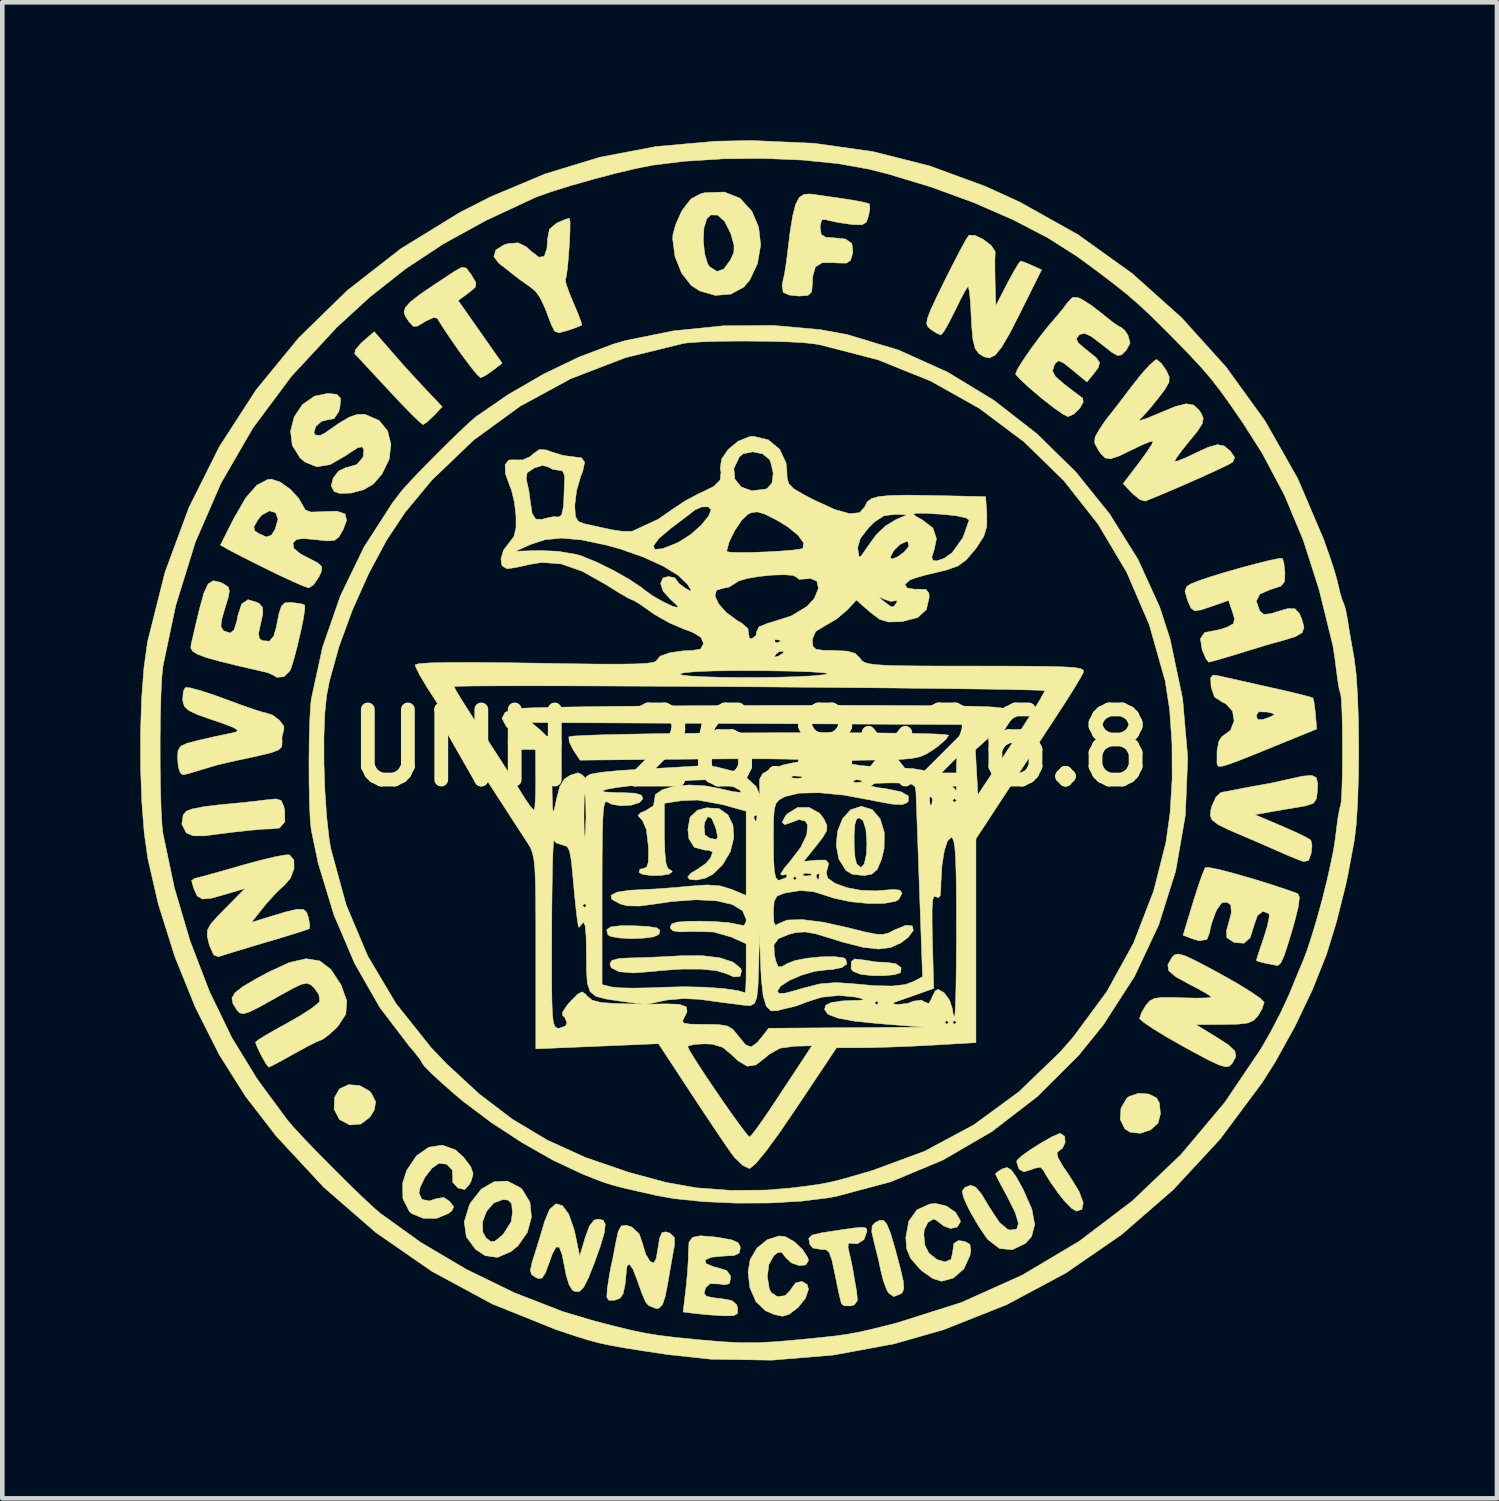
<source format=kicad_pcb>
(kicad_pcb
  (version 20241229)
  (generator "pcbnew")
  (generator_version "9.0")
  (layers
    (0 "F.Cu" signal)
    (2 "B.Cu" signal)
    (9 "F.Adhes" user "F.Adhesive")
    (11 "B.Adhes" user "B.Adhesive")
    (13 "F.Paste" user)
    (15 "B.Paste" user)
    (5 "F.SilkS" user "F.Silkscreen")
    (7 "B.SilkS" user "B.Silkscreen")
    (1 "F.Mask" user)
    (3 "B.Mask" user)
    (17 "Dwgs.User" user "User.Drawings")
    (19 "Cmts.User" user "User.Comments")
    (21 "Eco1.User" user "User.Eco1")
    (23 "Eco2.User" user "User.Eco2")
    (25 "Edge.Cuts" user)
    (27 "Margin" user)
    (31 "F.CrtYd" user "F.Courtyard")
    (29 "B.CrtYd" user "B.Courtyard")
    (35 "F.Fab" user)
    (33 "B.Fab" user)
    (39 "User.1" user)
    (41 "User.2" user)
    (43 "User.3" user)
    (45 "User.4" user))
  (footprint "UNH 26.8x26.8"
    (layer "F.Cu")
    (at 13.256 13.208)
    (property "Reference" "UNH 26.8x26.8" (at 0 0 0) (layer "F.SilkS") (effects (font (size 1.524 1.524) (thickness 0.3))))
    (attr through_hole)
    (fp_poly (pts (xy -8.488 7.341) (xy -8.278 7.458) (xy -8.234 7.507) (xy -8.139 7.694) (xy -8.169 7.874) (xy -8.26 8.024) (xy -8.458 8.178) (xy -8.701 8.199) (xy -8.924 8.082) (xy -8.926 8.08) (xy -9.043 7.857) (xy -9.033 7.6) (xy -8.926 7.414) (xy -8.729 7.323) (xy -8.488 7.341)) (stroke (width 0.01) (type solid)) (fill yes) (layer "F.SilkS"))
    (fp_poly (pts (xy -2.539 3.867) (xy -2.211 3.884) (xy -2.026 3.914) (xy -1.958 3.966) (xy -1.98 4.048) (xy -1.986 4.058) (xy -2.098 4.109) (xy -2.318 4.138) (xy -2.586 4.147) (xy -2.845 4.133) (xy -3.033 4.099) (xy -3.09 4.064) (xy -3.118 3.955) (xy -3.025 3.891) (xy -2.795 3.865) (xy -2.539 3.867)) (stroke (width 0.01) (type solid)) (fill yes) (layer "F.SilkS"))
    (fp_poly (pts (xy 8.667 7.526) (xy 8.839 7.611) (xy 8.9 7.724) (xy 8.917 7.908) (xy 8.922 7.959) (xy 8.87 8.158) (xy 8.706 8.306) (xy 8.485 8.38) (xy 8.262 8.356) (xy 8.145 8.28) (xy 8.047 8.077) (xy 8.064 7.834) (xy 8.185 7.625) (xy 8.244 7.577) (xy 8.447 7.51) (xy 8.667 7.526)) (stroke (width 0.01) (type solid)) (fill yes) (layer "F.SilkS"))
    (fp_poly (pts (xy 2.477 4.613) (xy 2.747 4.655) (xy 2.979 4.665) (xy 3.17 4.694) (xy 3.283 4.776) (xy 3.276 4.879) (xy 3.266 4.89) (xy 3.141 4.932) (xy 2.915 4.953) (xy 2.653 4.952) (xy 2.423 4.926) (xy 2.387 4.918) (xy 2.238 4.857) (xy 2.196 4.805) (xy 2.201 4.666) (xy 2.201 4.646) (xy 2.273 4.59) (xy 2.477 4.613)) (stroke (width 0.01) (type solid)) (fill yes) (layer "F.SilkS"))
    (fp_poly (pts (xy -7.789 -8.609) (xy -7.522 -8.306) (xy -7.231 -7.987) (xy -7.05 -7.793) (xy -6.692 -7.415) (xy -6.875 -7.221) (xy -7.017 -7.086) (xy -7.11 -7.027) (xy -7.111 -7.027) (xy -7.186 -7.086) (xy -7.351 -7.245) (xy -7.581 -7.481) (xy -7.85 -7.768) (xy -8.123 -8.062) (xy -8.355 -8.312) (xy -8.521 -8.489) (xy -8.596 -8.568) (xy -8.578 -8.655) (xy -8.458 -8.796) (xy -8.413 -8.837) (xy -8.17 -9.047) (xy -7.789 -8.609)) (stroke (width 0.01) (type solid)) (fill yes) (layer "F.SilkS"))
    (fp_poly (pts (xy 2.901 10.273) (xy 2.973 10.354) (xy 3.048 10.535) (xy 3.139 10.836) (xy 3.257 11.279) (xy 3.262 11.296) (xy 3.33 11.588) (xy 3.344 11.759) (xy 3.306 11.849) (xy 3.284 11.867) (xy 3.122 11.931) (xy 3.012 11.852) (xy 2.975 11.79) (xy 2.901 11.597) (xy 2.848 11.388) (xy 2.795 11.141) (xy 2.721 10.842) (xy 2.701 10.765) (xy 2.646 10.525) (xy 2.654 10.392) (xy 2.718 10.322) (xy 2.82 10.27) (xy 2.901 10.273)) (stroke (width 0.01) (type solid)) (fill yes) (layer "F.SilkS"))
    (fp_poly (pts (xy -0.659 4.564) (xy -0.368 4.659) (xy -0.206 4.793) (xy -0.185 4.847) (xy -0.215 4.968) (xy -0.351 4.981) (xy -0.525 4.906) (xy -0.733 4.844) (xy -1.064 4.811) (xy -1.477 4.81) (xy -1.928 4.84) (xy -2.095 4.86) (xy -2.534 4.894) (xy -2.846 4.867) (xy -3.017 4.781) (xy -3.048 4.697) (xy -3.001 4.619) (xy -2.842 4.579) (xy -2.603 4.567) (xy -2.284 4.559) (xy -1.885 4.541) (xy -1.523 4.521) (xy -1.053 4.516) (xy -0.659 4.564)) (stroke (width 0.01) (type solid)) (fill yes) (layer "F.SilkS"))
    (fp_poly (pts (xy -10.193 1.145) (xy -10.138 1.269) (xy -10.117 1.357) (xy -10.113 1.607) (xy -10.23 1.743) (xy -10.414 1.763) (xy -10.574 1.767) (xy -10.866 1.792) (xy -11.253 1.835) (xy -11.701 1.892) (xy -11.854 1.913) (xy -12.105 1.913) (xy -12.256 1.85) (xy -12.353 1.659) (xy -12.324 1.46) (xy -12.255 1.376) (xy -12.124 1.328) (xy -11.874 1.279) (xy -11.557 1.24) (xy -11.515 1.236) (xy -11.145 1.201) (xy -10.789 1.164) (xy -10.528 1.132) (xy -10.305 1.11) (xy -10.193 1.145)) (stroke (width 0.01) (type solid)) (fill yes) (layer "F.SilkS"))
    (fp_poly (pts (xy 6.838 8.443) (xy 6.851 8.577) (xy 6.79 8.709) (xy 6.725 8.753) (xy 6.672 8.804) (xy 6.694 8.909) (xy 6.801 9.095) (xy 6.947 9.31) (xy 7.153 9.644) (xy 7.243 9.889) (xy 7.215 10.034) (xy 7.093 10.072) (xy 6.987 10.007) (xy 6.827 9.842) (xy 6.707 9.691) (xy 6.543 9.458) (xy 6.422 9.267) (xy 6.383 9.191) (xy 6.316 9.115) (xy 6.179 9.142) (xy 6.125 9.165) (xy 5.954 9.218) (xy 5.856 9.165) (xy 5.842 9.143) (xy 5.797 9.008) (xy 5.805 8.965) (xy 5.909 8.869) (xy 6.105 8.73) (xy 6.341 8.582) (xy 6.563 8.456) (xy 6.718 8.387) (xy 6.746 8.382) (xy 6.838 8.443)) (stroke (width 0.01) (type solid)) (fill yes) (layer "F.SilkS"))
    (fp_poly (pts (xy -4.999 9.56) (xy -4.949 9.606) (xy -4.785 9.879) (xy -4.752 10.203) (xy -4.841 10.534) (xy -5.045 10.826) (xy -5.2 10.952) (xy -5.49 11.077) (xy -5.758 11.041) (xy -5.969 10.901) (xy -6.169 10.63) (xy -6.213 10.306) (xy -5.816 10.306) (xy -5.81 10.53) (xy -5.74 10.651) (xy -5.64 10.734) (xy -5.548 10.726) (xy -5.409 10.614) (xy -5.361 10.569) (xy -5.193 10.301) (xy -5.165 10.103) (xy -5.183 9.909) (xy -5.261 9.832) (xy -5.374 9.821) (xy -5.572 9.894) (xy -5.728 10.075) (xy -5.816 10.306) (xy -6.213 10.306) (xy -6.213 10.303) (xy -6.102 9.94) (xy -6.077 9.894) (xy -5.842 9.592) (xy -5.565 9.432) (xy -5.275 9.419) (xy -4.999 9.56)) (stroke (width 0.01) (type solid)) (fill yes) (layer "F.SilkS"))
    (fp_poly (pts (xy 2.659 1.344) (xy 2.829 1.545) (xy 2.919 1.838) (xy 2.914 2.191) (xy 2.859 2.422) (xy 2.767 2.642) (xy 2.647 2.745) (xy 2.487 2.777) (xy 2.225 2.749) (xy 2.085 2.666) (xy 1.93 2.418) (xy 1.873 2.12) (xy 1.895 1.889) (xy 2.263 1.889) (xy 2.264 2.147) (xy 2.282 2.38) (xy 2.317 2.521) (xy 2.318 2.524) (xy 2.41 2.602) (xy 2.483 2.527) (xy 2.529 2.316) (xy 2.54 2.074) (xy 2.518 1.775) (xy 2.458 1.583) (xy 2.371 1.521) (xy 2.313 1.553) (xy 2.279 1.669) (xy 2.263 1.889) (xy 1.895 1.889) (xy 1.903 1.813) (xy 2.011 1.541) (xy 2.186 1.346) (xy 2.418 1.27) (xy 2.42 1.27) (xy 2.659 1.344)) (stroke (width 0.01) (type solid)) (fill yes) (layer "F.SilkS"))
    (fp_poly (pts (xy 2.509 10.433) (xy 2.537 10.465) (xy 2.54 10.513) (xy 2.477 10.69) (xy 2.331 10.783) (xy 2.221 10.774) (xy 2.137 10.768) (xy 2.131 10.869) (xy 2.155 10.972) (xy 2.21 11.213) (xy 2.243 11.388) (xy 2.277 11.594) (xy 2.318 11.822) (xy 2.335 12.015) (xy 2.269 12.107) (xy 2.196 12.133) (xy 2.042 12.13) (xy 1.986 12.08) (xy 1.952 11.949) (xy 1.899 11.707) (xy 1.843 11.43) (xy 1.78 11.135) (xy 1.722 10.973) (xy 1.651 10.908) (xy 1.545 10.906) (xy 1.545 10.906) (xy 1.364 10.874) (xy 1.301 10.797) (xy 1.276 10.665) (xy 1.352 10.591) (xy 1.562 10.542) (xy 1.576 10.54) (xy 1.989 10.477) (xy 2.263 10.438) (xy 2.427 10.424) (xy 2.509 10.433)) (stroke (width 0.01) (type solid)) (fill yes) (layer "F.SilkS"))
    (fp_poly (pts (xy -6.406 8.739) (xy -6.231 8.896) (xy -6.072 9.105) (xy -6.02 9.258) (xy -6.062 9.416) (xy -6.1 9.489) (xy -6.201 9.603) (xy -6.344 9.57) (xy -6.35 9.567) (xy -6.465 9.444) (xy -6.464 9.353) (xy -6.472 9.18) (xy -6.592 9.053) (xy -6.762 9.032) (xy -6.915 9.137) (xy -7.068 9.336) (xy -7.174 9.558) (xy -7.197 9.679) (xy -7.133 9.818) (xy -6.972 9.85) (xy -6.827 9.802) (xy -6.657 9.774) (xy -6.531 9.861) (xy -6.441 9.976) (xy -6.483 10.064) (xy -6.557 10.123) (xy -6.814 10.229) (xy -7.105 10.228) (xy -7.353 10.126) (xy -7.408 10.076) (xy -7.547 9.802) (xy -7.553 9.464) (xy -7.465 9.186) (xy -7.251 8.868) (xy -6.983 8.682) (xy -6.691 8.637) (xy -6.406 8.739)) (stroke (width 0.01) (type solid)) (fill yes) (layer "F.SilkS"))
    (fp_poly (pts (xy -6.169 -10.43) (xy -6.059 -10.284) (xy -6.054 -10.275) (xy -5.959 -10.112) (xy -5.974 -10.012) (xy -6.113 -9.896) (xy -6.125 -9.886) (xy -6.346 -9.725) (xy -5.39 -8.362) (xy -5.595 -8.204) (xy -5.757 -8.092) (xy -5.857 -8.045) (xy -5.929 -8.109) (xy -6.07 -8.281) (xy -6.256 -8.529) (xy -6.341 -8.648) (xy -6.537 -8.931) (xy -6.692 -9.164) (xy -6.783 -9.312) (xy -6.796 -9.338) (xy -6.877 -9.356) (xy -7.04 -9.282) (xy -7.063 -9.268) (xy -7.23 -9.168) (xy -7.323 -9.164) (xy -7.408 -9.257) (xy -7.419 -9.271) (xy -7.493 -9.382) (xy -7.523 -9.477) (xy -7.492 -9.575) (xy -7.385 -9.694) (xy -7.185 -9.85) (xy -6.876 -10.062) (xy -6.441 -10.348) (xy -6.425 -10.359) (xy -6.266 -10.449) (xy -6.169 -10.43)) (stroke (width 0.01) (type solid)) (fill yes) (layer "F.SilkS"))
    (fp_poly (pts (xy -0.672 1.322) (xy -0.479 1.459) (xy -0.372 1.681) (xy -0.354 1.957) (xy -0.428 2.255) (xy -0.597 2.543) (xy -0.811 2.75) (xy -0.982 2.836) (xy -1.171 2.874) (xy -1.315 2.859) (xy -1.355 2.808) (xy -1.286 2.724) (xy -1.148 2.642) (xy -0.956 2.51) (xy -0.855 2.385) (xy -0.814 2.266) (xy -0.895 2.226) (xy -0.986 2.223) (xy -1.212 2.162) (xy -1.33 1.975) (xy -1.352 1.778) (xy -1.34 1.707) (xy -1 1.707) (xy -0.982 1.894) (xy -0.873 1.967) (xy -0.741 1.99) (xy -0.701 1.948) (xy -0.732 1.796) (xy -0.75 1.731) (xy -0.832 1.535) (xy -0.917 1.495) (xy -0.983 1.614) (xy -1 1.707) (xy -1.34 1.707) (xy -1.305 1.51) (xy -1.147 1.358) (xy -0.949 1.303) (xy -0.672 1.322)) (stroke (width 0.01) (type solid)) (fill yes) (layer "F.SilkS"))
    (fp_poly (pts (xy 0.769 10.628) (xy 0.963 10.737) (xy 1.144 10.909) (xy 1.257 11.086) (xy 1.27 11.15) (xy 1.208 11.243) (xy 1.063 11.255) (xy 0.897 11.196) (xy 0.777 11.083) (xy 0.682 10.962) (xy 0.59 10.98) (xy 0.512 11.045) (xy 0.409 11.233) (xy 0.376 11.496) (xy 0.417 11.753) (xy 0.457 11.839) (xy 0.594 11.931) (xy 0.763 11.909) (xy 0.883 11.785) (xy 0.889 11.769) (xy 0.989 11.633) (xy 1.129 11.6) (xy 1.242 11.668) (xy 1.27 11.773) (xy 1.205 11.965) (xy 1.046 12.165) (xy 0.85 12.314) (xy 0.702 12.358) (xy 0.517 12.316) (xy 0.332 12.236) (xy 0.127 12.037) (xy -0.004 11.737) (xy -0.043 11.394) (xy 0.002 11.127) (xy 0.151 10.874) (xy 0.378 10.691) (xy 0.632 10.612) (xy 0.769 10.628)) (stroke (width 0.01) (type solid)) (fill yes) (layer "F.SilkS"))
    (fp_poly (pts (xy 5.675 9.172) (xy 5.784 9.324) (xy 5.933 9.591) (xy 6.126 10.026) (xy 6.188 10.368) (xy 6.119 10.628) (xy 5.988 10.772) (xy 5.7 10.912) (xy 5.423 10.884) (xy 5.173 10.692) (xy 5.136 10.647) (xy 4.966 10.393) (xy 4.791 10.092) (xy 4.743 10) (xy 4.637 9.765) (xy 4.615 9.632) (xy 4.67 9.558) (xy 4.67 9.557) (xy 4.793 9.509) (xy 4.905 9.551) (xy 5.034 9.704) (xy 5.205 9.99) (xy 5.21 9.997) (xy 5.419 10.315) (xy 5.603 10.469) (xy 5.654 10.483) (xy 5.797 10.463) (xy 5.835 10.339) (xy 5.765 10.104) (xy 5.588 9.747) (xy 5.586 9.744) (xy 5.454 9.501) (xy 5.363 9.325) (xy 5.334 9.26) (xy 5.398 9.205) (xy 5.493 9.15) (xy 5.586 9.123) (xy 5.675 9.172)) (stroke (width 0.01) (type solid)) (fill yes) (layer "F.SilkS"))
    (fp_poly (pts (xy 4.269 9.961) (xy 4.467 10.097) (xy 4.568 10.27) (xy 4.572 10.306) (xy 4.506 10.417) (xy 4.358 10.45) (xy 4.201 10.391) (xy 4.179 10.371) (xy 4.047 10.268) (xy 3.984 10.245) (xy 3.868 10.316) (xy 3.788 10.475) (xy 3.778 10.583) (xy 3.796 10.766) (xy 3.8 10.81) (xy 3.887 10.983) (xy 4.065 11.125) (xy 4.239 11.176) (xy 4.371 11.119) (xy 4.403 10.978) (xy 4.43 10.777) (xy 4.531 10.711) (xy 4.666 10.731) (xy 4.779 10.792) (xy 4.799 10.925) (xy 4.78 11.039) (xy 4.649 11.326) (xy 4.422 11.526) (xy 4.161 11.597) (xy 3.972 11.537) (xy 3.744 11.377) (xy 3.675 11.311) (xy 3.488 11.094) (xy 3.404 10.888) (xy 3.387 10.649) (xy 3.45 10.293) (xy 3.629 10.043) (xy 3.907 9.917) (xy 4.035 9.906) (xy 4.269 9.961)) (stroke (width 0.01) (type solid)) (fill yes) (layer "F.SilkS"))
    (fp_poly (pts (xy -4.076 9.953) (xy -3.94 10.141) (xy -3.825 10.472) (xy -3.803 10.569) (xy -3.703 11.049) (xy -3.584 10.647) (xy -3.489 10.389) (xy -3.388 10.266) (xy -3.299 10.245) (xy -3.193 10.269) (xy -3.148 10.357) (xy -3.166 10.534) (xy -3.25 10.821) (xy -3.374 11.17) (xy -3.512 11.521) (xy -3.619 11.731) (xy -3.714 11.822) (xy -3.814 11.816) (xy -3.863 11.788) (xy -3.934 11.673) (xy -4 11.454) (xy -4.021 11.345) (xy -4.085 11.018) (xy -4.148 10.855) (xy -4.218 10.854) (xy -4.301 11.009) (xy -4.356 11.163) (xy -4.447 11.411) (xy -4.52 11.526) (xy -4.602 11.538) (xy -4.659 11.513) (xy -4.749 11.451) (xy -4.776 11.361) (xy -4.741 11.195) (xy -4.688 11.027) (xy -4.589 10.707) (xy -4.494 10.39) (xy -4.469 10.301) (xy -4.354 10.027) (xy -4.219 9.913) (xy -4.076 9.953)) (stroke (width 0.01) (type solid)) (fill yes) (layer "F.SilkS"))
    (fp_poly (pts (xy -0.218 -11.948) (xy 0.038 -11.667) (xy 0.187 -11.32) (xy 0.231 -10.933) (xy 0.162 -10.528) (xy -0.005 -10.172) (xy -0.134 -10.019) (xy -0.417 -9.864) (xy -0.755 -9.836) (xy -1.094 -9.933) (xy -1.279 -10.053) (xy -1.489 -10.322) (xy -1.632 -10.682) (xy -1.677 -11.025) (xy -1.016 -11.025) (xy -0.987 -10.74) (xy -0.92 -10.518) (xy -0.879 -10.459) (xy -0.717 -10.357) (xy -0.569 -10.41) (xy -0.425 -10.608) (xy -0.352 -10.77) (xy -0.348 -10.927) (xy -0.412 -11.156) (xy -0.425 -11.193) (xy -0.553 -11.446) (xy -0.705 -11.582) (xy -0.855 -11.585) (xy -0.941 -11.502) (xy -1.002 -11.303) (xy -1.016 -11.025) (xy -1.677 -11.025) (xy -1.682 -11.062) (xy -1.676 -11.159) (xy -1.615 -11.382) (xy -1.498 -11.643) (xy -1.465 -11.701) (xy -1.284 -11.935) (xy -1.061 -12.051) (xy -0.98 -12.069) (xy -0.557 -12.083) (xy -0.218 -11.948)) (stroke (width 0.01) (type solid)) (fill yes) (layer "F.SilkS"))
    (fp_poly (pts (xy -3.913 -11.439) (xy -3.914 -11.243) (xy -3.926 -10.977) (xy -3.946 -10.688) (xy -3.97 -10.427) (xy -3.996 -10.241) (xy -4.015 -10.181) (xy -4.001 -10.092) (xy -3.932 -9.895) (xy -3.841 -9.677) (xy -3.736 -9.427) (xy -3.67 -9.25) (xy -3.658 -9.188) (xy -3.747 -9.151) (xy -3.932 -9.085) (xy -3.961 -9.075) (xy -4.153 -9.023) (xy -4.251 -9.058) (xy -4.321 -9.203) (xy -4.324 -9.211) (xy -4.456 -9.557) (xy -4.561 -9.781) (xy -4.662 -9.924) (xy -4.783 -10.024) (xy -4.798 -10.034) (xy -5.005 -10.18) (xy -5.149 -10.291) (xy -5.34 -10.443) (xy -5.454 -10.527) (xy -5.568 -10.676) (xy -5.528 -10.822) (xy -5.349 -10.936) (xy -5.251 -10.964) (xy -5.041 -10.979) (xy -4.868 -10.894) (xy -4.765 -10.8) (xy -4.589 -10.666) (xy -4.474 -10.684) (xy -4.415 -10.859) (xy -4.404 -11.057) (xy -4.36 -11.277) (xy -4.203 -11.409) (xy -4.187 -11.416) (xy -4.015 -11.488) (xy -3.927 -11.515) (xy -3.913 -11.439)) (stroke (width 0.01) (type solid)) (fill yes) (layer "F.SilkS"))
    (fp_poly (pts (xy -0.789 10.63) (xy -0.675 10.646) (xy -0.402 10.696) (xy -0.261 10.756) (xy -0.214 10.847) (xy -0.212 10.881) (xy -0.238 10.987) (xy -0.344 11.036) (xy -0.574 11.049) (xy -0.585 11.049) (xy -0.844 11.074) (xy -0.973 11.134) (xy -0.962 11.209) (xy -0.798 11.28) (xy -0.723 11.297) (xy -0.511 11.362) (xy -0.429 11.471) (xy -0.423 11.529) (xy -0.449 11.649) (xy -0.559 11.674) (xy -0.67 11.656) (xy -0.87 11.648) (xy -0.967 11.739) (xy -0.968 11.742) (xy -0.998 11.859) (xy -0.948 11.923) (xy -0.783 11.957) (xy -0.625 11.973) (xy -0.397 12.015) (xy -0.292 12.103) (xy -0.269 12.182) (xy -0.272 12.298) (xy -0.358 12.345) (xy -0.566 12.348) (xy -0.871 12.329) (xy -1.163 12.301) (xy -1.172 12.3) (xy -1.455 12.265) (xy -1.393 11.742) (xy -1.36 11.409) (xy -1.342 11.101) (xy -1.34 10.94) (xy -1.327 10.748) (xy -1.252 10.642) (xy -1.082 10.608) (xy -0.789 10.63)) (stroke (width 0.01) (type solid)) (fill yes) (layer "F.SilkS"))
    (fp_poly (pts (xy 10.182 -1.567) (xy 10.34 -1.531) (xy 10.621 -1.468) (xy 10.981 -1.387) (xy 11.289 -1.318) (xy 11.66 -1.234) (xy 11.965 -1.161) (xy 12.168 -1.108) (xy 12.236 -1.085) (xy 12.261 -0.991) (xy 12.286 -0.792) (xy 12.292 -0.733) (xy 12.319 -0.41) (xy 11.388 -0.03) (xy 10.925 0.158) (xy 10.597 0.288) (xy 10.378 0.367) (xy 10.248 0.402) (xy 10.181 0.4) (xy 10.156 0.366) (xy 10.151 0.327) (xy 10.152 0.071) (xy 10.19 -0.138) (xy 10.254 -0.24) (xy 10.254 -0.24) (xy 10.445 -0.382) (xy 10.524 -0.586) (xy 10.504 -0.708) (xy 11.007 -0.708) (xy 11.032 -0.617) (xy 11.134 -0.613) (xy 11.301 -0.67) (xy 11.401 -0.72) (xy 11.356 -0.753) (xy 11.237 -0.779) (xy 11.057 -0.783) (xy 11.007 -0.708) (xy 10.504 -0.708) (xy 10.49 -0.798) (xy 10.341 -0.961) (xy 10.266 -0.995) (xy 10.097 -1.105) (xy 10.024 -1.317) (xy 10.022 -1.339) (xy 10.014 -1.523) (xy 10.068 -1.582) (xy 10.182 -1.567)) (stroke (width 0.01) (type solid)) (fill yes) (layer "F.SilkS"))
    (fp_poly (pts (xy 12.311 0.649) (xy 12.34 0.776) (xy 12.337 0.908) (xy 12.315 1.103) (xy 12.247 1.205) (xy 12.086 1.26) (xy 11.938 1.286) (xy 11.625 1.338) (xy 11.326 1.39) (xy 11.265 1.401) (xy 10.974 1.453) (xy 11.556 1.699) (xy 11.845 1.826) (xy 12.07 1.935) (xy 12.188 2.004) (xy 12.193 2.01) (xy 12.217 2.133) (xy 12.198 2.297) (xy 12.142 2.451) (xy 12.036 2.472) (xy 11.947 2.443) (xy 11.722 2.352) (xy 11.482 2.247) (xy 11.253 2.146) (xy 10.951 2.015) (xy 10.753 1.931) (xy 10.392 1.776) (xy 10.164 1.662) (xy 10.042 1.565) (xy 10.003 1.462) (xy 10.022 1.331) (xy 10.04 1.266) (xy 10.128 1.072) (xy 10.235 0.971) (xy 10.246 0.968) (xy 10.412 0.938) (xy 10.647 0.892) (xy 10.668 0.887) (xy 10.921 0.839) (xy 11.126 0.803) (xy 11.134 0.802) (xy 11.319 0.768) (xy 11.583 0.71) (xy 11.684 0.687) (xy 12.014 0.615) (xy 12.213 0.599) (xy 12.311 0.649)) (stroke (width 0.01) (type solid)) (fill yes) (layer "F.SilkS"))
    (fp_poly (pts (xy -9.917 2.438) (xy -9.913 2.626) (xy -9.99 2.832) (xy -10.112 2.974) (xy -10.291 3.141) (xy -10.5 3.37) (xy -10.578 3.465) (xy -10.839 3.794) (xy -10.436 3.669) (xy -10.078 3.562) (xy -9.848 3.509) (xy -9.713 3.512) (xy -9.642 3.571) (xy -9.601 3.686) (xy -9.571 3.856) (xy -9.578 3.93) (xy -9.667 3.963) (xy -9.885 4.033) (xy -10.197 4.129) (xy -10.526 4.227) (xy -10.904 4.34) (xy -11.229 4.438) (xy -11.461 4.51) (xy -11.557 4.541) (xy -11.661 4.501) (xy -11.753 4.293) (xy -11.761 4.263) (xy -11.802 4.091) (xy -11.796 3.962) (xy -11.724 3.83) (xy -11.564 3.65) (xy -11.414 3.498) (xy -10.978 3.056) (xy -11.387 3.179) (xy -11.705 3.268) (xy -11.902 3.287) (xy -12.018 3.223) (xy -12.094 3.058) (xy -12.141 2.887) (xy -12.081 2.842) (xy -12.023 2.826) (xy -11.893 2.793) (xy -11.639 2.723) (xy -11.302 2.628) (xy -11.007 2.543) (xy -10.636 2.442) (xy -10.32 2.367) (xy -10.097 2.327) (xy -10.012 2.326) (xy -9.917 2.438)) (stroke (width 0.01) (type solid)) (fill yes) (layer "F.SilkS"))
    (fp_poly (pts (xy -8.98 -7.684) (xy -8.9 -7.598) (xy -8.917 -7.407) (xy -8.943 -7.305) (xy -9.045 -7.155) (xy -9.162 -7.136) (xy -9.317 -7.098) (xy -9.44 -6.987) (xy -9.482 -6.858) (xy -9.454 -6.802) (xy -9.344 -6.792) (xy -9.246 -6.841) (xy -8.931 -7.061) (xy -8.709 -7.191) (xy -8.543 -7.248) (xy -8.395 -7.25) (xy -8.354 -7.243) (xy -8.064 -7.117) (xy -7.88 -6.891) (xy -7.807 -6.598) (xy -7.846 -6.273) (xy -8.003 -5.949) (xy -8.193 -5.732) (xy -8.403 -5.611) (xy -8.669 -5.539) (xy -8.917 -5.53) (xy -9.042 -5.571) (xy -9.105 -5.697) (xy -9.062 -5.864) (xy -8.946 -6.016) (xy -8.787 -6.094) (xy -8.76 -6.096) (xy -8.545 -6.161) (xy -8.412 -6.32) (xy -8.396 -6.48) (xy -8.435 -6.544) (xy -8.531 -6.523) (xy -8.716 -6.405) (xy -8.783 -6.357) (xy -9.129 -6.158) (xy -9.42 -6.11) (xy -9.677 -6.213) (xy -9.783 -6.304) (xy -9.953 -6.578) (xy -9.989 -6.89) (xy -9.909 -7.198) (xy -9.731 -7.463) (xy -9.47 -7.645) (xy -9.18 -7.705) (xy -8.98 -7.684)) (stroke (width 0.01) (type solid)) (fill yes) (layer "F.SilkS"))
    (fp_poly (pts (xy -2.572 10.417) (xy -2.41 10.566) (xy -2.337 10.78) (xy -2.269 11.006) (xy -2.177 11.161) (xy -2.168 11.168) (xy -2.091 11.197) (xy -2.041 11.105) (xy -2.008 10.916) (xy -1.967 10.661) (xy -1.916 10.541) (xy -1.832 10.522) (xy -1.743 10.55) (xy -1.641 10.652) (xy -1.645 10.827) (xy -1.682 11.025) (xy -1.734 11.323) (xy -1.785 11.62) (xy -1.845 11.932) (xy -1.905 12.108) (xy -1.98 12.182) (xy -2.038 12.192) (xy -2.205 12.124) (xy -2.272 12.044) (xy -2.348 11.866) (xy -2.437 11.621) (xy -2.45 11.579) (xy -2.545 11.335) (xy -2.623 11.226) (xy -2.673 11.263) (xy -2.684 11.33) (xy -2.716 11.663) (xy -2.758 11.862) (xy -2.825 11.964) (xy -2.931 12.005) (xy -2.948 12.008) (xy -3.07 12.01) (xy -3.114 11.941) (xy -3.102 11.755) (xy -3.096 11.712) (xy -3.058 11.466) (xy -3.024 11.281) (xy -3.019 11.261) (xy -2.984 11.101) (xy -2.937 10.856) (xy -2.922 10.772) (xy -2.866 10.514) (xy -2.799 10.394) (xy -2.691 10.379) (xy -2.572 10.417)) (stroke (width 0.01) (type solid)) (fill yes) (layer "F.SilkS"))
    (fp_poly (pts (xy 1.378 -12.032) (xy 1.489 -12.016) (xy 1.718 -11.983) (xy 2 -11.943) (xy 2.289 -11.897) (xy 2.503 -11.855) (xy 2.595 -11.826) (xy 2.605 -11.726) (xy 2.577 -11.565) (xy 2.527 -11.427) (xy 2.435 -11.371) (xy 2.247 -11.375) (xy 2.158 -11.385) (xy 1.899 -11.424) (xy 1.697 -11.468) (xy 1.66 -11.481) (xy 1.558 -11.48) (xy 1.525 -11.347) (xy 1.524 -11.312) (xy 1.547 -11.159) (xy 1.651 -11.099) (xy 1.799 -11.09) (xy 2.077 -11.061) (xy 2.214 -10.964) (xy 2.235 -10.782) (xy 2.227 -10.738) (xy 2.184 -10.595) (xy 2.093 -10.538) (xy 1.9 -10.54) (xy 1.837 -10.546) (xy 1.568 -10.546) (xy 1.421 -10.456) (xy 1.362 -10.246) (xy 1.356 -10.097) (xy 1.34 -9.911) (xy 1.259 -9.835) (xy 1.063 -9.821) (xy 0.852 -9.844) (xy 0.725 -9.899) (xy 0.719 -9.907) (xy 0.697 -10.054) (xy 0.713 -10.14) (xy 0.751 -10.313) (xy 0.791 -10.57) (xy 0.803 -10.668) (xy 0.867 -11.191) (xy 0.927 -11.567) (xy 0.992 -11.818) (xy 1.07 -11.966) (xy 1.173 -12.033) (xy 1.308 -12.041) (xy 1.378 -12.032)) (stroke (width 0.01) (type solid)) (fill yes) (layer "F.SilkS"))
    (fp_poly (pts (xy 4.89 -11.141) (xy 5.07 -11.054) (xy 5.237 -10.926) (xy 5.326 -10.798) (xy 5.329 -10.769) (xy 5.323 -10.61) (xy 5.324 -10.346) (xy 5.328 -10.118) (xy 5.342 -9.61) (xy 5.593 -10.097) (xy 5.727 -10.346) (xy 5.832 -10.521) (xy 5.882 -10.583) (xy 5.978 -10.552) (xy 6.128 -10.488) (xy 6.338 -10.392) (xy 5.859 -9.429) (xy 5.639 -9) (xy 5.468 -8.709) (xy 5.331 -8.54) (xy 5.208 -8.476) (xy 5.084 -8.501) (xy 4.973 -8.572) (xy 4.896 -8.678) (xy 4.845 -8.876) (xy 4.816 -9.197) (xy 4.808 -9.368) (xy 4.792 -9.681) (xy 4.77 -9.913) (xy 4.746 -10.026) (xy 4.739 -10.031) (xy 4.682 -9.946) (xy 4.577 -9.751) (xy 4.448 -9.489) (xy 4.317 -9.23) (xy 4.21 -9.045) (xy 4.149 -8.975) (xy 4.149 -8.975) (xy 4.047 -9.019) (xy 3.932 -9.095) (xy 3.867 -9.152) (xy 3.839 -9.222) (xy 3.856 -9.335) (xy 3.925 -9.517) (xy 4.055 -9.797) (xy 4.233 -10.161) (xy 4.416 -10.525) (xy 4.575 -10.83) (xy 4.694 -11.047) (xy 4.758 -11.143) (xy 4.76 -11.145) (xy 4.89 -11.141)) (stroke (width 0.01) (type solid)) (fill yes) (layer "F.SilkS"))
    (fp_poly (pts (xy -12.171 -1.304) (xy -11.945 -1.243) (xy -11.637 -1.142) (xy -11.414 -1.061) (xy -11.071 -0.934) (xy -10.784 -0.834) (xy -10.593 -0.774) (xy -10.539 -0.763) (xy -10.383 -0.713) (xy -10.23 -0.599) (xy -10.135 -0.47) (xy -10.135 -0.396) (xy -10.176 -0.235) (xy -10.174 -0.118) (xy -10.18 -0.025) (xy -10.248 0.044) (xy -10.41 0.105) (xy -10.698 0.175) (xy -10.812 0.2) (xy -11.14 0.27) (xy -11.414 0.332) (xy -11.582 0.372) (xy -11.599 0.377) (xy -11.764 0.426) (xy -11.996 0.496) (xy -12.022 0.503) (xy -12.223 0.564) (xy -12.316 0.585) (xy -12.356 0.571) (xy -12.39 0.536) (xy -12.429 0.419) (xy -12.446 0.216) (xy -12.446 0.211) (xy -12.436 0.059) (xy -12.378 -0.035) (xy -12.235 -0.101) (xy -11.966 -0.169) (xy -11.959 -0.171) (xy -11.665 -0.238) (xy -11.418 -0.291) (xy -11.308 -0.313) (xy -11.171 -0.346) (xy -11.142 -0.387) (xy -11.237 -0.445) (xy -11.47 -0.534) (xy -11.699 -0.612) (xy -12.015 -0.723) (xy -12.203 -0.812) (xy -12.297 -0.902) (xy -12.331 -1.015) (xy -12.334 -1.042) (xy -12.322 -1.225) (xy -12.277 -1.312) (xy -12.171 -1.304)) (stroke (width 0.01) (type solid)) (fill yes) (layer "F.SilkS"))
    (fp_poly (pts (xy -9.356 4.632) (xy -9.113 4.816) (xy -8.9 5.14) (xy -8.893 5.151) (xy -8.767 5.499) (xy -8.788 5.79) (xy -8.961 6.055) (xy -8.995 6.091) (xy -9.17 6.249) (xy -9.296 6.341) (xy -9.321 6.35) (xy -9.42 6.389) (xy -9.623 6.491) (xy -9.887 6.635) (xy -9.906 6.646) (xy -10.168 6.792) (xy -10.366 6.898) (xy -10.46 6.942) (xy -10.462 6.943) (xy -10.519 6.876) (xy -10.613 6.713) (xy -10.623 6.693) (xy -10.712 6.51) (xy -10.752 6.404) (xy -10.753 6.4) (xy -10.683 6.344) (xy -10.497 6.229) (xy -10.228 6.076) (xy -10.077 5.994) (xy -9.772 5.819) (xy -9.527 5.661) (xy -9.379 5.542) (xy -9.354 5.509) (xy -9.373 5.366) (xy -9.473 5.221) (xy -9.555 5.147) (xy -9.637 5.118) (xy -9.753 5.141) (xy -9.938 5.228) (xy -10.225 5.386) (xy -10.342 5.453) (xy -10.67 5.636) (xy -10.884 5.742) (xy -11.016 5.781) (xy -11.096 5.763) (xy -11.153 5.703) (xy -11.243 5.559) (xy -11.264 5.44) (xy -11.197 5.324) (xy -11.025 5.19) (xy -10.729 5.016) (xy -10.475 4.879) (xy -10.016 4.667) (xy -9.65 4.584) (xy -9.356 4.632)) (stroke (width 0.01) (type solid)) (fill yes) (layer "F.SilkS"))
    (fp_poly (pts (xy 9.441 4.515) (xy 9.645 4.608) (xy 9.952 4.767) (xy 10.232 4.919) (xy 10.589 5.12) (xy 10.884 5.302) (xy 11.089 5.444) (xy 11.175 5.528) (xy 11.176 5.534) (xy 11.131 5.675) (xy 11.044 5.823) (xy 10.953 5.923) (xy 10.825 5.981) (xy 10.615 6.007) (xy 10.303 6.014) (xy 9.694 6.017) (xy 10.139 6.289) (xy 10.406 6.463) (xy 10.541 6.594) (xy 10.561 6.713) (xy 10.486 6.852) (xy 10.471 6.872) (xy 10.414 6.923) (xy 10.33 6.933) (xy 10.194 6.893) (xy 9.977 6.792) (xy 9.656 6.622) (xy 9.416 6.491) (xy 9.06 6.288) (xy 8.764 6.108) (xy 8.558 5.968) (xy 8.469 5.887) (xy 8.468 5.882) (xy 8.512 5.754) (xy 8.603 5.601) (xy 8.686 5.503) (xy 8.792 5.447) (xy 8.964 5.425) (xy 9.245 5.428) (xy 9.399 5.434) (xy 9.705 5.441) (xy 9.927 5.436) (xy 10.029 5.42) (xy 10.03 5.414) (xy 9.945 5.354) (xy 9.752 5.244) (xy 9.53 5.129) (xy 9.246 4.971) (xy 9.102 4.844) (xy 9.082 4.719) (xy 9.166 4.566) (xy 9.176 4.552) (xy 9.233 4.497) (xy 9.312 4.482) (xy 9.441 4.515)) (stroke (width 0.01) (type solid)) (fill yes) (layer "F.SilkS"))
    (fp_poly (pts (xy 9.996 2.604) (xy 10.217 2.651) (xy 10.531 2.733) (xy 10.902 2.839) (xy 11.297 2.961) (xy 11.681 3.088) (xy 11.909 3.17) (xy 11.944 3.249) (xy 11.92 3.452) (xy 11.835 3.792) (xy 11.808 3.889) (xy 11.691 4.279) (xy 11.606 4.531) (xy 11.541 4.672) (xy 11.484 4.727) (xy 11.446 4.73) (xy 11.324 4.706) (xy 11.197 4.682) (xy 11.049 4.644) (xy 11.007 4.622) (xy 11.032 4.536) (xy 11.097 4.337) (xy 11.169 4.127) (xy 11.248 3.867) (xy 11.287 3.675) (xy 11.282 3.605) (xy 11.148 3.553) (xy 11.03 3.649) (xy 10.959 3.849) (xy 10.874 4.125) (xy 10.739 4.248) (xy 10.539 4.233) (xy 10.51 4.223) (xy 10.366 4.128) (xy 10.358 3.975) (xy 10.363 3.957) (xy 10.429 3.717) (xy 10.463 3.589) (xy 10.452 3.416) (xy 10.373 3.357) (xy 10.256 3.368) (xy 10.148 3.518) (xy 10.113 3.596) (xy 10.032 3.823) (xy 9.992 3.997) (xy 9.991 4.014) (xy 9.933 4.166) (xy 9.765 4.194) (xy 9.625 4.154) (xy 9.414 4.074) (xy 9.627 3.371) (xy 9.73 3.045) (xy 9.821 2.783) (xy 9.885 2.625) (xy 9.9 2.602) (xy 9.996 2.604)) (stroke (width 0.01) (type solid)) (fill yes) (layer "F.SilkS"))
    (fp_poly (pts (xy -10.215 -5.778) (xy -9.995 -5.621) (xy -9.81 -5.421) (xy -9.736 -5.29) (xy -9.667 -5.171) (xy -9.548 -5.126) (xy -9.321 -5.133) (xy -9.298 -5.136) (xy -8.978 -5.145) (xy -8.806 -5.085) (xy -8.77 -4.948) (xy -8.846 -4.744) (xy -8.937 -4.586) (xy -9.032 -4.511) (xy -9.188 -4.499) (xy -9.436 -4.525) (xy -9.709 -4.55) (xy -9.859 -4.531) (xy -9.93 -4.462) (xy -9.936 -4.448) (xy -9.919 -4.336) (xy -9.769 -4.214) (xy -9.62 -4.136) (xy -9.402 -4.024) (xy -9.31 -3.94) (xy -9.317 -3.837) (xy -9.374 -3.714) (xy -9.486 -3.548) (xy -9.591 -3.478) (xy -9.595 -3.478) (xy -9.71 -3.517) (xy -9.938 -3.615) (xy -10.238 -3.755) (xy -10.414 -3.84) (xy -10.752 -4.008) (xy -11.051 -4.159) (xy -11.266 -4.27) (xy -11.324 -4.301) (xy -11.514 -4.408) (xy -11.315 -4.804) (xy -10.787 -4.804) (xy -10.77 -4.72) (xy -10.689 -4.663) (xy -10.513 -4.584) (xy -10.403 -4.627) (xy -10.326 -4.748) (xy -10.262 -4.971) (xy -10.316 -5.113) (xy -10.447 -5.152) (xy -10.612 -5.064) (xy -10.7 -4.957) (xy -10.787 -4.804) (xy -11.315 -4.804) (xy -11.22 -4.992) (xy -10.966 -5.431) (xy -10.724 -5.709) (xy -10.488 -5.833) (xy -10.407 -5.842) (xy -10.215 -5.778)) (stroke (width 0.01) (type solid)) (fill yes) (layer "F.SilkS"))
    (fp_poly (pts (xy -11.52 -3.6) (xy -11.432 -3.557) (xy -11.345 -3.497) (xy -11.318 -3.412) (xy -11.348 -3.253) (xy -11.413 -3.044) (xy -11.488 -2.786) (xy -11.503 -2.64) (xy -11.459 -2.561) (xy -11.431 -2.54) (xy -11.302 -2.495) (xy -11.215 -2.566) (xy -11.152 -2.777) (xy -11.134 -2.879) (xy -11.052 -3.129) (xy -10.914 -3.221) (xy -10.71 -3.16) (xy -10.67 -3.136) (xy -10.597 -3.052) (xy -10.594 -2.906) (xy -10.636 -2.718) (xy -10.684 -2.492) (xy -10.668 -2.377) (xy -10.605 -2.332) (xy -10.451 -2.317) (xy -10.353 -2.43) (xy -10.3 -2.624) (xy -10.241 -2.918) (xy -10.187 -3.082) (xy -10.116 -3.151) (xy -10.004 -3.161) (xy -9.949 -3.158) (xy -9.766 -3.133) (xy -9.681 -3.105) (xy -9.68 -3.01) (xy -9.713 -2.798) (xy -9.771 -2.518) (xy -9.841 -2.215) (xy -9.914 -1.938) (xy -9.978 -1.733) (xy -10.004 -1.672) (xy -10.134 -1.545) (xy -10.29 -1.533) (xy -10.346 -1.569) (xy -10.458 -1.624) (xy -10.551 -1.65) (xy -11.115 -1.78) (xy -11.533 -1.882) (xy -11.826 -1.965) (xy -12.014 -2.035) (xy -12.118 -2.099) (xy -12.157 -2.166) (xy -12.154 -2.23) (xy -12.116 -2.401) (xy -12.051 -2.678) (xy -11.973 -3.005) (xy -11.967 -3.027) (xy -11.873 -3.368) (xy -11.782 -3.563) (xy -11.671 -3.633) (xy -11.52 -3.6)) (stroke (width 0.01) (type solid)) (fill yes) (layer "F.SilkS"))
    (fp_poly (pts (xy 11.606 -4.013) (xy 11.628 -3.814) (xy 11.629 -3.8) (xy 11.62 -3.615) (xy 11.542 -3.517) (xy 11.346 -3.452) (xy 11.324 -3.447) (xy 11.085 -3.345) (xy 11.005 -3.19) (xy 11.082 -2.976) (xy 11.084 -2.973) (xy 11.17 -2.902) (xy 11.322 -2.917) (xy 11.434 -2.952) (xy 11.693 -3.029) (xy 11.846 -3.023) (xy 11.942 -2.92) (xy 11.997 -2.793) (xy 12.043 -2.621) (xy 12.004 -2.505) (xy 11.854 -2.417) (xy 11.564 -2.328) (xy 11.557 -2.326) (xy 11.415 -2.288) (xy 11.31 -2.259) (xy 11.197 -2.226) (xy 11.031 -2.175) (xy 10.767 -2.094) (xy 10.617 -2.048) (xy 10.32 -1.958) (xy 10.091 -1.893) (xy 9.974 -1.863) (xy 9.969 -1.863) (xy 9.913 -1.934) (xy 9.838 -2.107) (xy 9.829 -2.132) (xy 9.79 -2.372) (xy 9.88 -2.505) (xy 10.049 -2.539) (xy 10.199 -2.568) (xy 10.363 -2.621) (xy 10.506 -2.696) (xy 10.533 -2.804) (xy 10.489 -2.954) (xy 10.402 -3.205) (xy 10.058 -3.084) (xy 9.806 -2.999) (xy 9.664 -2.98) (xy 9.585 -3.039) (xy 9.52 -3.188) (xy 9.508 -3.218) (xy 9.455 -3.404) (xy 9.493 -3.506) (xy 9.576 -3.561) (xy 9.735 -3.626) (xy 9.998 -3.715) (xy 10.325 -3.815) (xy 10.677 -3.916) (xy 11.018 -4.007) (xy 11.306 -4.078) (xy 11.504 -4.118) (xy 11.573 -4.119) (xy 11.606 -4.013)) (stroke (width 0.01) (type solid)) (fill yes) (layer "F.SilkS"))
    (fp_poly (pts (xy 7.137 -9.787) (xy 7.223 -9.745) (xy 7.416 -9.621) (xy 7.648 -9.444) (xy 7.712 -9.391) (xy 7.899 -9.242) (xy 8.033 -9.154) (xy 8.062 -9.144) (xy 8.144 -9.078) (xy 8.216 -8.968) (xy 8.263 -8.8) (xy 8.178 -8.644) (xy 8.164 -8.629) (xy 8.074 -8.543) (xy 7.989 -8.529) (xy 7.864 -8.599) (xy 7.654 -8.765) (xy 7.647 -8.771) (xy 7.421 -8.943) (xy 7.277 -9.01) (xy 7.175 -8.99) (xy 7.151 -8.972) (xy 7.093 -8.893) (xy 7.137 -8.8) (xy 7.305 -8.659) (xy 7.32 -8.647) (xy 7.521 -8.486) (xy 7.6 -8.375) (xy 7.57 -8.265) (xy 7.472 -8.135) (xy 7.324 -7.953) (xy 7.011 -8.213) (xy 6.82 -8.364) (xy 6.714 -8.414) (xy 6.649 -8.374) (xy 6.61 -8.309) (xy 6.577 -8.19) (xy 6.639 -8.074) (xy 6.819 -7.915) (xy 6.833 -7.904) (xy 7.039 -7.746) (xy 7.194 -7.63) (xy 7.231 -7.604) (xy 7.243 -7.513) (xy 7.165 -7.379) (xy 7.04 -7.256) (xy 6.915 -7.201) (xy 6.908 -7.201) (xy 6.803 -7.254) (xy 6.607 -7.391) (xy 6.36 -7.583) (xy 6.308 -7.626) (xy 6.063 -7.835) (xy 5.875 -8.01) (xy 5.777 -8.117) (xy 5.772 -8.128) (xy 5.809 -8.223) (xy 5.926 -8.413) (xy 6.097 -8.662) (xy 6.296 -8.931) (xy 6.497 -9.185) (xy 6.666 -9.38) (xy 6.796 -9.537) (xy 6.896 -9.672) (xy 7.01 -9.794) (xy 7.137 -9.787)) (stroke (width 0.01) (type solid)) (fill yes) (layer "F.SilkS"))
    (fp_poly (pts (xy 8.947 -8.351) (xy 9.053 -8.198) (xy 9.113 -8.065) (xy 9.107 -7.947) (xy 9.018 -7.792) (xy 8.883 -7.613) (xy 8.698 -7.384) (xy 8.536 -7.202) (xy 8.467 -7.135) (xy 8.474 -7.115) (xy 8.608 -7.157) (xy 8.841 -7.252) (xy 8.907 -7.281) (xy 9.25 -7.422) (xy 9.481 -7.48) (xy 9.639 -7.454) (xy 9.758 -7.345) (xy 9.806 -7.275) (xy 9.853 -7.165) (xy 9.832 -7.049) (xy 9.727 -6.885) (xy 9.571 -6.693) (xy 9.393 -6.473) (xy 9.269 -6.304) (xy 9.229 -6.231) (xy 9.296 -6.236) (xy 9.471 -6.306) (xy 9.649 -6.391) (xy 9.955 -6.534) (xy 10.16 -6.591) (xy 10.306 -6.564) (xy 10.436 -6.457) (xy 10.445 -6.447) (xy 10.536 -6.312) (xy 10.496 -6.218) (xy 10.48 -6.204) (xy 10.37 -6.144) (xy 10.142 -6.035) (xy 9.832 -5.894) (xy 9.478 -5.737) (xy 9.116 -5.581) (xy 8.785 -5.442) (xy 8.59 -5.364) (xy 8.477 -5.396) (xy 8.322 -5.52) (xy 8.306 -5.537) (xy 8.111 -5.745) (xy 8.453 -6.193) (xy 8.621 -6.424) (xy 8.734 -6.595) (xy 8.766 -6.671) (xy 8.682 -6.652) (xy 8.493 -6.572) (xy 8.309 -6.483) (xy 8.019 -6.343) (xy 7.836 -6.283) (xy 7.718 -6.303) (xy 7.621 -6.402) (xy 7.574 -6.471) (xy 7.49 -6.627) (xy 7.501 -6.757) (xy 7.591 -6.916) (xy 7.708 -7.091) (xy 7.785 -7.194) (xy 7.787 -7.197) (xy 7.855 -7.279) (xy 7.998 -7.464) (xy 8.192 -7.719) (xy 8.294 -7.854) (xy 8.506 -8.122) (xy 8.688 -8.324) (xy 8.813 -8.431) (xy 8.844 -8.44) (xy 8.947 -8.351)) (stroke (width 0.01) (type solid)) (fill yes) (layer "F.SilkS"))
    (fp_poly (pts (xy 1.535 -9.091) (xy 2.117 -8.983) (xy 3.225 -8.649) (xy 4.293 -8.168) (xy 5.302 -7.555) (xy 6.237 -6.827) (xy 7.082 -5.997) (xy 7.819 -5.082) (xy 8.433 -4.098) (xy 8.907 -3.059) (xy 9.13 -2.371) (xy 9.404 -1.07) (xy 9.515 0.211) (xy 9.464 1.464) (xy 9.253 2.68) (xy 8.884 3.85) (xy 8.36 4.967) (xy 7.681 6.021) (xy 7.146 6.683) (xy 6.249 7.578) (xy 5.26 8.34) (xy 4.191 8.962) (xy 3.057 9.435) (xy 1.872 9.751) (xy 1.703 9.782) (xy 1.109 9.856) (xy 0.422 9.895) (xy -0.302 9.898) (xy -1.009 9.866) (xy -1.644 9.801) (xy -2.032 9.732) (xy -2.457 9.636) (xy -2.76 9.566) (xy -2.981 9.508) (xy -3.164 9.451) (xy -3.351 9.382) (xy -3.584 9.289) (xy -3.643 9.265) (xy -4.269 8.972) (xy -4.949 8.587) (xy -5.627 8.144) (xy -6.245 7.679) (xy -6.425 7.528) (xy -6.706 7.28) (xy -6.931 7.072) (xy -7.075 6.927) (xy -7.114 6.875) (xy -7.166 6.783) (xy -7.3 6.611) (xy -7.414 6.477) (xy -8.048 5.645) (xy -8.596 4.687) (xy -9.047 3.631) (xy -9.389 2.505) (xy -9.541 1.778) (xy -9.563 1.551) (xy -9.578 1.199) (xy -9.587 0.765) (xy -9.589 0.292) (xy -9.584 -0.176) (xy -9.582 -0.235) (xy -9.264 -0.235) (xy -9.263 0.345) (xy -9.242 0.941) (xy -9.204 1.505) (xy -9.15 1.985) (xy -9.112 2.201) (xy -8.781 3.412) (xy -8.311 4.527) (xy -7.698 5.558) (xy -6.936 6.515) (xy -6.606 6.861) (xy -5.892 7.522) (xy -5.171 8.071) (xy -4.41 8.527) (xy -3.575 8.907) (xy -2.632 9.23) (xy -1.82 9.449) (xy -1.164 9.565) (xy -0.415 9.621) (xy 0.359 9.614) (xy 0.889 9.569) (xy 1.235 9.527) (xy 1.495 9.49) (xy 1.72 9.448) (xy 1.959 9.39) (xy 2.264 9.304) (xy 2.65 9.192) (xy 3.796 8.769) (xy 4.861 8.198) (xy 5.843 7.479) (xy 6.742 6.613) (xy 7.027 6.287) (xy 7.759 5.295) (xy 8.338 4.243) (xy 8.774 3.113) (xy 9.041 2.059) (xy 9.132 1.413) (xy 9.176 0.675) (xy 9.173 -0.091) (xy 9.123 -0.822) (xy 9.026 -1.453) (xy 9.025 -1.455) (xy 8.68 -2.674) (xy 8.191 -3.812) (xy 7.568 -4.861) (xy 6.819 -5.811) (xy 5.956 -6.653) (xy 4.988 -7.378) (xy 3.924 -7.976) (xy 2.774 -8.438) (xy 1.549 -8.755) (xy 1.397 -8.783) (xy 1.153 -8.809) (xy 0.787 -8.828) (xy 0.343 -8.839) (xy -0.134 -8.843) (xy -0.6 -8.84) (xy -1.01 -8.828) (xy -1.322 -8.809) (xy -1.439 -8.794) (xy -2.707 -8.483) (xy -3.896 -8.026) (xy -4.999 -7.427) (xy -6.008 -6.692) (xy -6.915 -5.824) (xy -7.498 -5.122) (xy -7.903 -4.512) (xy -8.292 -3.786) (xy -8.644 -2.998) (xy -8.936 -2.202) (xy -9.144 -1.451) (xy -9.204 -1.143) (xy -9.245 -0.748) (xy -9.264 -0.235) (xy -9.582 -0.235) (xy -9.572 -0.595) (xy -9.553 -0.922) (xy -9.539 -1.058) (xy -9.294 -2.186) (xy -8.907 -3.301) (xy -8.394 -4.361) (xy -7.773 -5.327) (xy -7.578 -5.581) (xy -7.433 -5.745) (xy -7.204 -5.987) (xy -6.924 -6.273) (xy -6.627 -6.57) (xy -6.345 -6.844) (xy -6.113 -7.064) (xy -5.962 -7.195) (xy -5.96 -7.197) (xy -5.254 -7.683) (xy -4.489 -8.125) (xy -3.714 -8.498) (xy -2.979 -8.775) (xy -2.709 -8.854) (xy -1.672 -9.064) (xy -0.585 -9.175) (xy 0.501 -9.184) (xy 1.535 -9.091)) (stroke (width 0.01) (type solid)) (fill yes) (layer "F.SilkS"))
    (fp_poly (pts (xy 1.402 -13.142) (xy 2.673 -12.962) (xy 3.896 -12.654) (xy 5.11 -12.209) (xy 5.864 -11.865) (xy 7.126 -11.159) (xy 8.303 -10.316) (xy 9.382 -9.351) (xy 10.351 -8.276) (xy 11.196 -7.107) (xy 11.906 -5.856) (xy 12.468 -4.539) (xy 12.486 -4.487) (xy 12.612 -4.129) (xy 12.696 -3.875) (xy 12.755 -3.67) (xy 12.806 -3.459) (xy 12.822 -3.386) (xy 12.874 -3.212) (xy 12.905 -3.144) (xy 12.946 -3.016) (xy 12.987 -2.804) (xy 12.99 -2.785) (xy 13.028 -2.546) (xy 13.084 -2.221) (xy 13.133 -1.947) (xy 13.176 -1.606) (xy 13.207 -1.138) (xy 13.226 -0.585) (xy 13.233 0.013) (xy 13.227 0.612) (xy 13.209 1.171) (xy 13.18 1.649) (xy 13.138 2.005) (xy 13.133 2.032) (xy 13.075 2.344) (xy 13.025 2.608) (xy 12.999 2.752) (xy 12.951 2.978) (xy 12.918 3.111) (xy 12.792 3.612) (xy 12.748 3.789) (xy 12.534 4.486) (xy 12.227 5.257) (xy 11.848 6.052) (xy 11.421 6.822) (xy 11.132 7.28) (xy 10.217 8.508) (xy 9.196 9.61) (xy 8.078 10.581) (xy 6.869 11.415) (xy 5.578 12.106) (xy 4.213 12.648) (xy 3.133 12.957) (xy 1.82 13.2) (xy 0.474 13.312) (xy -0.857 13.291) (xy -1.783 13.191) (xy -2.315 13.111) (xy -2.718 13.047) (xy -3.028 12.992) (xy -3.284 12.937) (xy -3.523 12.873) (xy -3.783 12.792) (xy -4.102 12.686) (xy -4.221 12.646) (xy -5.602 12.091) (xy -6.909 11.386) (xy -8.134 10.538) (xy -9.268 9.553) (xy -10.302 8.439) (xy -10.967 7.578) (xy -11.538 6.674) (xy -12.056 5.648) (xy -12.504 4.542) (xy -12.864 3.399) (xy -13.091 2.413) (xy -13.17 1.852) (xy -13.223 1.176) (xy -13.25 0.431) (xy -13.251 -0.161) (xy -12.825 -0.161) (xy -12.824 0.376) (xy -12.817 0.889) (xy -12.803 1.34) (xy -12.783 1.69) (xy -12.763 1.863) (xy -12.516 3.04) (xy -12.175 4.194) (xy -11.755 5.291) (xy -11.268 6.297) (xy -10.728 7.18) (xy -10.588 7.375) (xy -10.379 7.657) (xy -10.181 7.925) (xy -10.062 8.086) (xy -9.928 8.244) (xy -9.702 8.488) (xy -9.411 8.791) (xy -9.085 9.121) (xy -8.755 9.45) (xy -8.448 9.747) (xy -8.196 9.983) (xy -8.041 10.118) (xy -7.157 10.753) (xy -6.165 11.339) (xy -5.12 11.848) (xy -4.073 12.255) (xy -3.429 12.448) (xy -2.947 12.573) (xy -2.577 12.663) (xy -2.268 12.727) (xy -1.968 12.775) (xy -1.626 12.817) (xy -1.192 12.86) (xy -1.143 12.865) (xy -0.629 12.91) (xy -0.217 12.932) (xy 0.16 12.932) (xy 0.569 12.91) (xy 1.058 12.867) (xy 1.519 12.821) (xy 1.862 12.784) (xy 2.138 12.745) (xy 2.396 12.696) (xy 2.687 12.629) (xy 3.063 12.535) (xy 3.209 12.497) (xy 4.598 12.056) (xy 5.918 11.463) (xy 7.158 10.725) (xy 8.312 9.849) (xy 9.369 8.841) (xy 10.321 7.708) (xy 11.106 6.546) (xy 11.324 6.165) (xy 11.537 5.755) (xy 11.705 5.395) (xy 11.731 5.334) (xy 11.855 5.031) (xy 11.963 4.771) (xy 12.03 4.614) (xy 12.11 4.401) (xy 12.216 4.076) (xy 12.331 3.691) (xy 12.439 3.299) (xy 12.526 2.952) (xy 12.534 2.921) (xy 12.614 2.564) (xy 12.666 2.318) (xy 12.701 2.129) (xy 12.727 1.944) (xy 12.752 1.736) (xy 12.787 1.479) (xy 12.824 1.296) (xy 12.84 1.248) (xy 12.855 1.144) (xy 12.867 0.904) (xy 12.876 0.561) (xy 12.88 0.148) (xy 12.88 0.042) (xy 12.877 -0.382) (xy 12.87 -0.745) (xy 12.858 -1.013) (xy 12.844 -1.153) (xy 12.84 -1.164) (xy 12.808 -1.279) (xy 12.771 -1.502) (xy 12.752 -1.651) (xy 12.715 -1.935) (xy 12.68 -2.171) (xy 12.666 -2.244) (xy 12.369 -3.448) (xy 12.025 -4.52) (xy 11.618 -5.494) (xy 11.136 -6.402) (xy 10.721 -7.053) (xy 10.447 -7.452) (xy 10.223 -7.764) (xy 10.017 -8.029) (xy 9.796 -8.286) (xy 9.527 -8.573) (xy 9.18 -8.929) (xy 9.059 -9.051) (xy 8.74 -9.368) (xy 8.453 -9.636) (xy 8.161 -9.888) (xy 7.825 -10.153) (xy 7.409 -10.465) (xy 7.112 -10.682) (xy 6.481 -11.084) (xy 5.718 -11.481) (xy 4.859 -11.855) (xy 3.941 -12.191) (xy 3.001 -12.475) (xy 2.582 -12.581) (xy 1.915 -12.701) (xy 1.131 -12.779) (xy 0.28 -12.814) (xy -0.591 -12.805) (xy -1.433 -12.752) (xy -2.117 -12.667) (xy -2.471 -12.597) (xy -2.917 -12.492) (xy -3.405 -12.363) (xy -3.887 -12.226) (xy -4.314 -12.093) (xy -4.637 -11.978) (xy -4.699 -11.952) (xy -5.746 -11.463) (xy -6.663 -10.959) (xy -7.49 -10.413) (xy -8.268 -9.799) (xy -8.982 -9.144) (xy -9.968 -8.081) (xy -10.806 -6.956) (xy -11.5 -5.758) (xy -12.059 -4.473) (xy -12.487 -3.09) (xy -12.763 -1.778) (xy -12.788 -1.531) (xy -12.807 -1.154) (xy -12.819 -0.684) (xy -12.825 -0.161) (xy -13.251 -0.161) (xy -13.251 -0.335) (xy -13.227 -1.077) (xy -13.176 -1.747) (xy -13.099 -2.299) (xy -13.093 -2.328) (xy -12.72 -3.814) (xy -12.199 -5.223) (xy -11.537 -6.548) (xy -10.739 -7.781) (xy -9.811 -8.914) (xy -8.76 -9.94) (xy -7.592 -10.851) (xy -6.312 -11.638) (xy -5.631 -11.984) (xy -4.45 -12.479) (xy -3.265 -12.84) (xy -2.041 -13.073) (xy -0.743 -13.188) (xy 0.042 -13.203) (xy 1.402 -13.142)) (stroke (width 0.01) (type solid)) (fill yes) (layer "F.SilkS"))
    (fp_poly (pts (xy 0.395 -6.697) (xy 0.643 -6.492) (xy 0.783 -6.194) (xy 0.8 -6.03) (xy 0.807 -5.858) (xy 0.846 -5.737) (xy 0.95 -5.633) (xy 1.15 -5.514) (xy 1.395 -5.386) (xy 1.841 -5.182) (xy 2.169 -5.091) (xy 2.385 -5.113) (xy 2.497 -5.246) (xy 2.498 -5.249) (xy 2.547 -5.348) (xy 2.639 -5.418) (xy 2.799 -5.463) (xy 3.051 -5.487) (xy 3.418 -5.494) (xy 3.927 -5.487) (xy 4.022 -5.485) (xy 5.122 -5.461) (xy 5.148 -5.071) (xy 5.146 -4.81) (xy 5.083 -4.601) (xy 4.932 -4.365) (xy 4.89 -4.309) (xy 4.703 -4.088) (xy 4.52 -3.954) (xy 4.272 -3.866) (xy 4.103 -3.826) (xy 3.812 -3.756) (xy 3.576 -3.688) (xy 3.471 -3.647) (xy 3.368 -3.552) (xy 3.412 -3.477) (xy 3.582 -3.447) (xy 3.645 -3.45) (xy 3.824 -3.445) (xy 3.889 -3.36) (xy 3.895 -3.276) (xy 3.834 -3.006) (xy 3.644 -2.833) (xy 3.316 -2.747) (xy 3.281 -2.744) (xy 3.012 -2.736) (xy 2.819 -2.794) (xy 2.614 -2.947) (xy 2.599 -2.96) (xy 2.311 -3.213) (xy 2.108 -2.992) (xy 1.878 -2.799) (xy 1.63 -2.655) (xy 1.427 -2.53) (xy 1.356 -2.366) (xy 1.355 -2.327) (xy 1.367 -2.207) (xy 1.431 -2.144) (xy 1.589 -2.12) (xy 1.82 -2.117) (xy 2.111 -2.103) (xy 2.283 -2.054) (xy 2.386 -1.954) (xy 2.39 -1.947) (xy 2.428 -1.898) (xy 2.484 -1.859) (xy 2.578 -1.83) (xy 2.729 -1.809) (xy 2.956 -1.794) (xy 3.279 -1.785) (xy 3.716 -1.78) (xy 4.287 -1.778) (xy 4.898 -1.778) (xy 5.6 -1.777) (xy 6.151 -1.774) (xy 6.568 -1.768) (xy 6.867 -1.758) (xy 7.068 -1.743) (xy 7.187 -1.721) (xy 7.242 -1.692) (xy 7.251 -1.655) (xy 7.247 -1.641) (xy 7.179 -1.514) (xy 7.041 -1.284) (xy 6.856 -0.991) (xy 6.742 -0.816) (xy 6.522 -0.479) (xy 6.242 -0.052) (xy 5.936 0.413) (xy 5.64 0.866) (xy 5.601 0.926) (xy 4.911 1.978) (xy 4.911 6.409) (xy 3.958 6.464) (xy 3.501 6.487) (xy 3.039 6.505) (xy 2.637 6.517) (xy 2.443 6.519) (xy 1.881 6.519) (xy 1.005 7.832) (xy 0.638 8.37) (xy 0.346 8.769) (xy 0.134 9.026) (xy 0.002 9.139) (xy -0.019 9.144) (xy -0.155 9.08) (xy -0.326 8.917) (xy -0.402 8.821) (xy -0.534 8.631) (xy -0.734 8.336) (xy -0.977 7.972) (xy -1.24 7.575) (xy -1.312 7.465) (xy -1.948 6.496) (xy -1.355 6.496) (xy -1.31 6.59) (xy -1.189 6.787) (xy -1.014 7.056) (xy -0.806 7.367) (xy -0.586 7.689) (xy -0.375 7.99) (xy -0.194 8.239) (xy -0.065 8.406) (xy -0.01 8.461) (xy 0.055 8.392) (xy 0.191 8.21) (xy 0.376 7.944) (xy 0.55 7.683) (xy 0.774 7.343) (xy 0.978 7.034) (xy 1.134 6.797) (xy 1.202 6.694) (xy 1.345 6.477) (xy 0.964 6.487) (xy 0.649 6.531) (xy 0.412 6.665) (xy 0.35 6.72) (xy 0.127 6.893) (xy -0.061 6.922) (xy -0.26 6.805) (xy -0.381 6.689) (xy -0.59 6.513) (xy -0.818 6.443) (xy -0.99 6.435) (xy -1.211 6.447) (xy -1.341 6.48) (xy -1.355 6.496) (xy -1.948 6.496) (xy -1.99 6.432) (xy -4.657 6.544) (xy -4.657 4.649) (xy -4.313 4.649) (xy -4.312 5.148) (xy -4.307 5.516) (xy -4.297 5.774) (xy -4.28 5.942) (xy -4.254 6.038) (xy -4.218 6.083) (xy -4.171 6.095) (xy -4.149 6.096) (xy -4.011 6.046) (xy -3.979 5.976) (xy -4.035 5.848) (xy -4.073 5.825) (xy -4.078 5.752) (xy -3.983 5.605) (xy -3.957 5.574) (xy -2.244 5.574) (xy -1.843 5.566) (xy -1.541 5.575) (xy -1.388 5.629) (xy -1.369 5.737) (xy -1.422 5.846) (xy -1.467 5.935) (xy -1.441 5.984) (xy -1.313 6.006) (xy -1.053 6.011) (xy -0.98 6.011) (xy -0.678 6.017) (xy -0.493 6.048) (xy -0.371 6.122) (xy -0.259 6.258) (xy -0.254 6.265) (xy -0.097 6.457) (xy 0.025 6.502) (xy 0.157 6.405) (xy 0.239 6.308) (xy 0.405 6.096) (xy 2.087 6.084) (xy 3.768 6.072) (xy 2.794 5.995) (xy 2.539 5.969) (xy 4.233 5.969) (xy 4.276 6.011) (xy 4.318 5.969) (xy 4.403 5.969) (xy 4.445 6.011) (xy 4.487 5.969) (xy 4.445 5.927) (xy 4.403 5.969) (xy 4.318 5.969) (xy 4.276 5.927) (xy 4.233 5.969) (xy 2.539 5.969) (xy 2.272 5.942) (xy 1.909 5.875) (xy 1.694 5.792) (xy 1.619 5.688) (xy 1.646 5.596) (xy 1.749 5.546) (xy 2.709 5.546) (xy 2.752 5.588) (xy 2.775 5.565) (xy 3.106 5.565) (xy 3.217 5.58) (xy 3.433 5.554) (xy 3.553 5.507) (xy 3.725 5.484) (xy 3.79 5.522) (xy 3.887 5.559) (xy 3.947 5.447) (xy 3.951 5.433) (xy 4.023 5.288) (xy 4.086 5.249) (xy 4.215 5.32) (xy 4.336 5.484) (xy 4.399 5.672) (xy 4.4 5.694) (xy 4.422 5.82) (xy 4.445 5.842) (xy 4.457 5.761) (xy 4.468 5.535) (xy 4.477 5.186) (xy 4.483 4.739) (xy 4.487 4.218) (xy 4.487 3.895) (xy 4.486 3.254) (xy 4.48 2.765) (xy 4.469 2.409) (xy 4.452 2.168) (xy 4.428 2.023) (xy 4.396 1.957) (xy 4.372 1.947) (xy 4.291 2.026) (xy 4.223 2.24) (xy 4.173 2.553) (xy 4.15 2.933) (xy 4.149 3.028) (xy 4.135 3.217) (xy 4.087 3.261) (xy 4.043 3.235) (xy 3.998 3.23) (xy 3.97 3.317) (xy 3.957 3.517) (xy 3.958 3.851) (xy 3.965 4.188) (xy 3.993 5.23) (xy 3.626 5.361) (xy 3.375 5.45) (xy 3.179 5.518) (xy 3.133 5.534) (xy 3.106 5.565) (xy 2.775 5.565) (xy 2.794 5.546) (xy 2.752 5.503) (xy 2.709 5.546) (xy 1.749 5.546) (xy 1.757 5.542) (xy 1.979 5.504) (xy 2.143 5.495) (xy 2.388 5.488) (xy 2.477 5.475) (xy 2.425 5.451) (xy 2.293 5.418) (xy 1.936 5.383) (xy 1.554 5.422) (xy 1.243 5.521) (xy 1.023 5.606) (xy 0.919 5.633) (xy 0.695 5.685) (xy 0.598 5.713) (xy 0.455 5.719) (xy 0.354 5.62) (xy 0.286 5.398) (xy 0.246 5.035) (xy 0.233 4.779) (xy 0.204 4.022) (xy 0.187 4.805) (xy 0.173 5.187) (xy 0.147 5.428) (xy 0.096 5.557) (xy 0.012 5.604) (xy -0.102 5.599) (xy -0.22 5.584) (xy -0.426 5.557) (xy -0.441 5.556) (xy -0.708 5.521) (xy -1.023 5.478) (xy -1.101 5.467) (xy -1.44 5.451) (xy -1.795 5.481) (xy -1.863 5.494) (xy -2.244 5.574) (xy -3.957 5.574) (xy -3.91 5.519) (xy -3.747 5.355) (xy -3.651 5.305) (xy -3.576 5.352) (xy -3.541 5.397) (xy -3.429 5.487) (xy -3.232 5.538) (xy -2.91 5.559) (xy -2.879 5.56) (xy -2.328 5.572) (xy -2.794 5.51) (xy -3.13 5.461) (xy -3.349 5.403) (xy -3.476 5.301) (xy -3.537 5.122) (xy -3.556 4.834) (xy -3.557 4.499) (xy -3.564 4.101) (xy -3.585 3.867) (xy -3.619 3.792) (xy -3.641 3.81) (xy -3.713 3.897) (xy -3.731 3.895) (xy -3.768 3.644) (xy -3.791 3.429) (xy -3.641 3.429) (xy -3.598 3.471) (xy -3.556 3.429) (xy -3.598 3.387) (xy -3.641 3.429) (xy -3.791 3.429) (xy -3.811 3.24) (xy -3.823 3.113) (xy -3.217 3.113) (xy -3.217 5.146) (xy -3.006 5.199) (xy -2.835 5.217) (xy -2.542 5.223) (xy -2.171 5.217) (xy -1.884 5.205) (xy -1.426 5.193) (xy -0.974 5.204) (xy -0.57 5.233) (xy -0.258 5.279) (xy -0.106 5.324) (xy -0.095 5.252) (xy -0.087 5.055) (xy -0.085 4.797) (xy -0.085 4.259) (xy -0.414 4.111) (xy -0.791 4.004) (xy -1.239 3.992) (xy -1.526 4.001) (xy -1.679 3.978) (xy -1.733 3.919) (xy -1.736 3.895) (xy -1.702 3.828) (xy -1.582 3.788) (xy -1.344 3.771) (xy -1.101 3.768) (xy -0.763 3.777) (xy -0.47 3.801) (xy -0.283 3.834) (xy -0.275 3.837) (xy -0.132 3.865) (xy -0.086 3.779) (xy -0.085 3.727) (xy -0.163 3.541) (xy -0.384 3.406) (xy -0.728 3.326) (xy -1.175 3.303) (xy -1.706 3.341) (xy -2.014 3.388) (xy -2.395 3.439) (xy -2.664 3.435) (xy -2.822 3.394) (xy -3.003 3.295) (xy -3.024 3.207) (xy -2.892 3.138) (xy -2.618 3.096) (xy -2.45 3.087) (xy -2.059 3.068) (xy -1.613 3.035) (xy -1.312 3.007) (xy -0.931 2.98) (xy -0.652 3.001) (xy -0.412 3.072) (xy -0.402 3.076) (xy -0.085 3.209) (xy -0.085 2.034) (xy 0.508 2.034) (xy 0.513 2.431) (xy 0.529 2.686) (xy 0.561 2.826) (xy 0.612 2.877) (xy 0.63 2.879) (xy 0.749 2.836) (xy 0.931 2.836) (xy 0.974 2.879) (xy 1.016 2.836) (xy 0.974 2.794) (xy 1.439 2.794) (xy 1.47 2.864) (xy 1.496 2.85) (xy 1.506 2.75) (xy 1.496 2.738) (xy 1.445 2.749) (xy 1.439 2.794) (xy 0.974 2.794) (xy 0.931 2.836) (xy 0.749 2.836) (xy 0.774 2.828) (xy 0.804 2.795) (xy 0.797 2.774) (xy 1.137 2.774) (xy 1.221 2.787) (xy 1.33 2.772) (xy 1.332 2.743) (xy 1.218 2.723) (xy 1.169 2.736) (xy 1.137 2.774) (xy 0.797 2.774) (xy 0.789 2.748) (xy 0.703 2.768) (xy 0.662 2.75) (xy 0.736 2.628) (xy 0.866 2.473) (xy 1.103 2.162) (xy 1.234 1.887) (xy 1.25 1.675) (xy 1.205 1.595) (xy 1.062 1.558) (xy 0.933 1.608) (xy 0.755 1.67) (xy 0.696 1.62) (xy 0.772 1.477) (xy 0.808 1.436) (xy 1.032 1.297) (xy 1.287 1.295) (xy 1.514 1.423) (xy 1.603 1.54) (xy 1.67 1.681) (xy 1.668 1.798) (xy 1.582 1.946) (xy 1.449 2.118) (xy 1.167 2.469) (xy 1.451 2.441) (xy 1.649 2.44) (xy 1.71 2.516) (xy 1.66 2.702) (xy 1.657 2.709) (xy 1.688 2.832) (xy 1.849 2.946) (xy 2.104 3.039) (xy 2.412 3.097) (xy 2.737 3.109) (xy 2.842 3.101) (xy 3.116 3.078) (xy 3.257 3.094) (xy 3.302 3.155) (xy 3.302 3.165) (xy 3.233 3.295) (xy 3.168 3.335) (xy 2.914 3.382) (xy 2.563 3.383) (xy 2.18 3.345) (xy 1.83 3.27) (xy 1.718 3.233) (xy 1.379 3.127) (xy 1.097 3.102) (xy 0.78 3.153) (xy 0.731 3.164) (xy 0.588 3.222) (xy 0.524 3.334) (xy 0.508 3.556) (xy 0.508 3.575) (xy 0.518 3.79) (xy 0.555 3.86) (xy 0.61 3.827) (xy 0.803 3.744) (xy 1.136 3.733) (xy 1.595 3.791) (xy 2.142 3.913) (xy 2.498 4.002) (xy 2.733 4.049) (xy 2.891 4.056) (xy 3.014 4.025) (xy 3.144 3.957) (xy 3.388 3.857) (xy 3.528 3.871) (xy 3.549 3.969) (xy 3.438 4.121) (xy 3.281 4.239) (xy 3.053 4.342) (xy 2.785 4.374) (xy 2.445 4.334) (xy 2.002 4.22) (xy 1.745 4.139) (xy 1.422 4.042) (xy 1.196 4.002) (xy 1.004 4.014) (xy 0.844 4.055) (xy 0.616 4.149) (xy 0.519 4.282) (xy 0.529 4.501) (xy 0.56 4.632) (xy 0.609 4.757) (xy 0.69 4.759) (xy 0.811 4.687) (xy 0.984 4.622) (xy 1.249 4.572) (xy 1.548 4.543) (xy 1.824 4.538) (xy 2.023 4.562) (xy 2.077 4.589) (xy 2.107 4.694) (xy 1.996 4.777) (xy 1.774 4.822) (xy 1.673 4.826) (xy 1.408 4.858) (xy 1.12 4.942) (xy 0.856 5.056) (xy 0.665 5.18) (xy 0.593 5.29) (xy 0.631 5.34) (xy 0.765 5.333) (xy 1.02 5.265) (xy 1.122 5.233) (xy 1.514 5.132) (xy 1.868 5.103) (xy 2.201 5.125) (xy 2.716 5.171) (xy 3.095 5.178) (xy 3.368 5.147) (xy 3.557 5.079) (xy 3.75 4.976) (xy 3.682 3.059) (xy 3.662 2.496) (xy 3.644 1.981) (xy 3.628 1.542) (xy 3.616 1.205) (xy 3.613 1.136) (xy 3.901 1.136) (xy 3.917 1.246) (xy 3.946 1.247) (xy 3.964 1.143) (xy 4.403 1.143) (xy 4.445 1.185) (xy 4.487 1.143) (xy 4.445 1.101) (xy 4.403 1.143) (xy 3.964 1.143) (xy 3.966 1.134) (xy 3.953 1.085) (xy 3.915 1.053) (xy 3.901 1.136) (xy 3.613 1.136) (xy 3.608 0.998) (xy 3.606 0.953) (xy 3.589 0.849) (xy 3.52 0.792) (xy 3.363 0.767) (xy 3.078 0.762) (xy 3.055 0.762) (xy 2.739 0.77) (xy 2.586 0.791) (xy 2.597 0.823) (xy 2.774 0.864) (xy 2.969 0.891) (xy 3.284 0.955) (xy 3.443 1.046) (xy 3.44 1.161) (xy 3.411 1.195) (xy 3.306 1.235) (xy 3.099 1.225) (xy 2.765 1.165) (xy 2.653 1.141) (xy 2.041 1.028) (xy 1.506 0.976) (xy 1.072 0.985) (xy 0.767 1.057) (xy 0.741 1.069) (xy 0.635 1.13) (xy 0.567 1.204) (xy 0.529 1.326) (xy 0.512 1.533) (xy 0.508 1.859) (xy 0.508 2.034) (xy -0.085 2.034) (xy -0.085 1.524) (xy 0.085 1.524) (xy 0.116 1.594) (xy 0.141 1.58) (xy 0.151 1.48) (xy 0.141 1.468) (xy 0.091 1.479) (xy 0.085 1.524) (xy -0.085 1.524) (xy -0.085 1.377) (xy -0.595 1.234) (xy -1.139 1.135) (xy -1.484 1.148) (xy -1.863 1.205) (xy -1.863 1.915) (xy -1.853 2.262) (xy -1.827 2.507) (xy -1.788 2.62) (xy -1.778 2.625) (xy -1.696 2.679) (xy -1.693 2.695) (xy -1.766 2.747) (xy -1.941 2.774) (xy -2.152 2.776) (xy -2.333 2.751) (xy -2.413 2.709) (xy -2.393 2.638) (xy -2.327 2.625) (xy -2.249 2.596) (xy -2.211 2.487) (xy -2.206 2.259) (xy -2.211 2.138) (xy -2.254 1.775) (xy -2.342 1.572) (xy -2.365 1.551) (xy -2.437 1.473) (xy -2.379 1.411) (xy -2.266 1.364) (xy -2.103 1.261) (xy -2.08 1.159) (xy -2.061 1.019) (xy -1.906 0.909) (xy -1.65 0.836) (xy -1.323 0.807) (xy -0.959 0.828) (xy -0.664 0.885) (xy -0.365 0.953) (xy -0.209 0.968) (xy -0.203 0.932) (xy -0.353 0.848) (xy -0.474 0.794) (xy -0.621 0.74) (xy -0.777 0.707) (xy -0.973 0.695) (xy -1.245 0.703) (xy -1.626 0.731) (xy -2.011 0.765) (xy -2.514 0.815) (xy -2.887 0.861) (xy -3.121 0.902) (xy -3.211 0.936) (xy -3.15 0.96) (xy -2.93 0.972) (xy -2.773 0.974) (xy -2.499 0.986) (xy -2.362 1.029) (xy -2.328 1.101) (xy -2.402 1.19) (xy -2.58 1.246) (xy -2.802 1.26) (xy -3.006 1.228) (xy -3.096 1.18) (xy -3.135 1.168) (xy -3.164 1.213) (xy -3.186 1.334) (xy -3.201 1.548) (xy -3.21 1.874) (xy -3.215 2.328) (xy -3.217 2.93) (xy -3.217 3.113) (xy -3.823 3.113) (xy -3.854 2.773) (xy -3.887 2.438) (xy -3.926 2.238) (xy -3.98 2.143) (xy -4.059 2.117) (xy -4.064 2.117) (xy -4.217 2.066) (xy -4.262 2.011) (xy -4.274 2.062) (xy -4.285 2.261) (xy -4.295 2.587) (xy -4.303 3.018) (xy -4.309 3.534) (xy -4.311 4) (xy -4.313 4.649) (xy -4.657 4.649) (xy -4.657 4.441) (xy -4.657 3.79) (xy -4.66 3.286) (xy -4.666 2.906) (xy -4.679 2.628) (xy -4.699 2.429) (xy -4.729 2.287) (xy -4.77 2.179) (xy -4.825 2.084) (xy -4.856 2.037) (xy -4.966 1.869) (xy -5.149 1.586) (xy -5.217 1.482) (xy -3.611 1.482) (xy -3.607 1.763) (xy -3.599 1.916) (xy -3.588 1.924) (xy -3.578 1.839) (xy -3.566 1.5) (xy -3.573 1.157) (xy -3.579 1.077) (xy -3.592 0.998) (xy -3.603 1.071) (xy -3.609 1.278) (xy -3.611 1.482) (xy -5.217 1.482) (xy -5.388 1.217) (xy -5.665 0.79) (xy -5.961 0.332) (xy -6.259 -0.129) (xy -6.539 -0.565) (xy -6.785 -0.947) (xy -6.979 -1.248) (xy -7.033 -1.332) (xy -6.435 -1.332) (xy -6.391 -1.244) (xy -6.274 -1.049) (xy -6.104 -0.782) (xy -5.999 -0.62) (xy -5.572 0.034) (xy -5.188 0.632) (xy -4.881 1.122) (xy -4.771 1.282) (xy -4.7 1.354) (xy -4.697 1.355) (xy -4.678 1.277) (xy -4.665 1.07) (xy -4.66 0.776) (xy -4.66 0.699) (xy -4.663 0.042) (xy -5.046 -0.239) (xy -5.299 -0.463) (xy -5.345 -0.55) (xy -4.752 -0.55) (xy -4.535 -0.364) (xy -4.437 -0.269) (xy -4.373 -0.163) (xy -4.336 -0.008) (xy -4.317 0.234) (xy -4.308 0.599) (xy -4.307 0.694) (xy -4.301 1.077) (xy -4.293 1.305) (xy -4.28 1.392) (xy -4.259 1.354) (xy -4.226 1.205) (xy -4.212 1.131) (xy -4.138 0.845) (xy -4.037 0.679) (xy -3.913 0.597) (xy -3.739 0.542) (xy -3.642 0.591) (xy -3.628 0.61) (xy -3.568 0.663) (xy -3.557 0.624) (xy -3.473 0.574) (xy -3.226 0.53) (xy -2.824 0.492) (xy -2.561 0.476) (xy -2.118 0.451) (xy -1.69 0.427) (xy -1.333 0.406) (xy -1.137 0.394) (xy -0.745 0.411) (xy -0.375 0.504) (xy -0.069 0.654) (xy 0.135 0.844) (xy 0.195 0.987) (xy 0.212 1.066) (xy 0.213 0.988) (xy 0.208 0.903) (xy 0.207 0.823) (xy 0.517 0.823) (xy 0.601 0.805) (xy 0.617 0.799) (xy 0.706 0.742) (xy 2.238 0.742) (xy 2.321 0.755) (xy 2.431 0.74) (xy 2.432 0.711) (xy 2.319 0.691) (xy 2.27 0.704) (xy 2.238 0.742) (xy 0.706 0.742) (xy 0.721 0.732) (xy 0.722 0.694) (xy 0.632 0.703) (xy 0.57 0.751) (xy 0.517 0.823) (xy 0.207 0.823) (xy 0.207 0.683) (xy 0.224 0.652) (xy 0.9 0.652) (xy 1.016 0.664) (xy 1.136 0.651) (xy 1.133 0.644) (xy 1.688 0.644) (xy 1.805 0.657) (xy 1.863 0.658) (xy 2.017 0.649) (xy 2.035 0.627) (xy 2.011 0.619) (xy 1.796 0.606) (xy 1.714 0.619) (xy 1.688 0.644) (xy 1.133 0.644) (xy 1.122 0.621) (xy 0.948 0.61) (xy 0.91 0.621) (xy 0.9 0.652) (xy 0.224 0.652) (xy 0.275 0.56) (xy 0.294 0.55) (xy 1.27 0.55) (xy 1.312 0.593) (xy 1.355 0.55) (xy 1.312 0.508) (xy 1.27 0.55) (xy 0.294 0.55) (xy 0.455 0.465) (xy 0.472 0.457) (xy 0.728 0.37) (xy 0.957 0.321) (xy 0.969 0.32) (xy 1.111 0.293) (xy 1.137 0.262) (xy 1.045 0.252) (xy 0.805 0.245) (xy 0.44 0.24) (xy -0.029 0.238) (xy -0.58 0.24) (xy -1.192 0.244) (xy -1.3 0.245) (xy -3.696 0.268) (xy -3.845 0.042) (xy -3.931 -0.129) (xy -3.939 -0.237) (xy -3.937 -0.24) (xy -3.84 -0.256) (xy -3.596 -0.27) (xy -3.223 -0.283) (xy -2.743 -0.295) (xy -2.175 -0.305) (xy -1.538 -0.313) (xy -0.853 -0.32) (xy -0.139 -0.325) (xy 0.584 -0.328) (xy 1.297 -0.329) (xy 1.978 -0.328) (xy 2.61 -0.325) (xy 3.171 -0.319) (xy 3.642 -0.312) (xy 4.004 -0.302) (xy 4.236 -0.289) (xy 4.318 -0.274) (xy 4.318 -0.274) (xy 4.254 -0.181) (xy 4.092 -0.04) (xy 3.996 0.031) (xy 3.84 0.13) (xy 3.687 0.196) (xy 3.496 0.234) (xy 3.226 0.254) (xy 2.836 0.263) (xy 2.747 0.264) (xy 2.356 0.27) (xy 2.121 0.281) (xy 2.027 0.298) (xy 2.061 0.323) (xy 2.159 0.347) (xy 2.414 0.385) (xy 2.765 0.416) (xy 3.139 0.432) (xy 3.16 0.433) (xy 3.546 0.451) (xy 3.777 0.492) (xy 3.866 0.555) (xy 3.967 0.631) (xy 4.022 0.623) (xy 4.158 0.646) (xy 4.311 0.755) (xy 4.487 0.931) (xy 4.487 0.408) (xy 4.501 0.082) (xy 4.55 -0.131) (xy 4.65 -0.288) (xy 4.67 -0.311) (xy 4.853 -0.505) (xy 0.051 -0.528) (xy -4.752 -0.55) (xy -5.345 -0.55) (xy -5.392 -0.641) (xy -5.325 -0.772) (xy -5.122 -0.848) (xy -4.978 -0.86) (xy -4.683 -0.872) (xy -4.256 -0.882) (xy -3.715 -0.891) (xy -3.08 -0.9) (xy -2.369 -0.907) (xy -1.6 -0.913) (xy -0.792 -0.918) (xy 0.036 -0.921) (xy 0.866 -0.923) (xy 1.679 -0.924) (xy 2.456 -0.923) (xy 3.179 -0.921) (xy 3.829 -0.917) (xy 4.388 -0.911) (xy 4.837 -0.904) (xy 5.156 -0.894) (xy 5.321 -0.884) (xy 5.859 -0.823) (xy 4.898 0.042) (xy 4.953 1.02) (xy 5.695 -0.096) (xy 5.945 -0.477) (xy 6.155 -0.806) (xy 6.31 -1.058) (xy 6.394 -1.21) (xy 6.405 -1.243) (xy 6.316 -1.251) (xy 6.074 -1.259) (xy 5.695 -1.267) (xy 5.196 -1.276) (xy 4.591 -1.284) (xy 3.897 -1.292) (xy 3.129 -1.301) (xy 2.304 -1.309) (xy 1.438 -1.316) (xy 0.545 -1.323) (xy -0.357 -1.33) (xy -1.253 -1.335) (xy -2.127 -1.34) (xy -2.964 -1.344) (xy -3.746 -1.347) (xy -4.46 -1.348) (xy -5.088 -1.348) (xy -5.614 -1.347) (xy -6.024 -1.345) (xy -6.3 -1.34) (xy -6.428 -1.334) (xy -6.435 -1.332) (xy -7.033 -1.332) (xy -7.042 -1.348) (xy -7.178 -1.575) (xy -7.196 -1.611) (xy -1.524 -1.611) (xy -1.489 -1.584) (xy -1.313 -1.562) (xy -1.027 -1.546) (xy -0.66 -1.535) (xy -0.24 -1.529) (xy 0.202 -1.53) (xy 0.638 -1.536) (xy 1.038 -1.548) (xy 1.373 -1.566) (xy 1.614 -1.59) (xy 1.651 -1.596) (xy 1.689 -1.618) (xy 1.569 -1.637) (xy 1.3 -1.653) (xy 0.894 -1.667) (xy 0.362 -1.676) (xy 0.296 -1.677) (xy -0.293 -1.679) (xy -0.79 -1.672) (xy -1.176 -1.657) (xy -1.429 -1.634) (xy -1.524 -1.611) (xy -7.196 -1.611) (xy -7.265 -1.749) (xy -7.281 -1.806) (xy -7.198 -1.83) (xy -6.95 -1.847) (xy -6.543 -1.856) (xy -5.983 -1.857) (xy -5.274 -1.85) (xy -4.657 -1.841) (xy -3.897 -1.828) (xy -3.292 -1.821) (xy -2.825 -1.82) (xy -2.482 -1.825) (xy -2.247 -1.838) (xy -2.105 -1.857) (xy -2.04 -1.884) (xy -2.032 -1.902) (xy -1.972 -1.971) (xy 0.517 -1.971) (xy 0.601 -1.989) (xy 0.617 -1.995) (xy 0.721 -2.062) (xy 0.722 -2.1) (xy 0.632 -2.091) (xy 0.57 -2.043) (xy 0.517 -1.971) (xy -1.972 -1.971) (xy -1.954 -1.993) (xy -1.748 -2.066) (xy -1.453 -2.109) (xy -1.259 -2.117) (xy -1.077 -2.147) (xy -1.017 -2.255) (xy -1.016 -2.279) (xy -1.043 -2.342) (xy 0.536 -2.342) (xy 0.548 -2.292) (xy 0.593 -2.286) (xy 0.662 -2.317) (xy 0.649 -2.342) (xy 0.549 -2.353) (xy 0.536 -2.342) (xy -1.043 -2.342) (xy -1.068 -2.402) (xy -1.244 -2.51) (xy -1.429 -2.579) (xy -1.755 -2.717) (xy -2.077 -2.9) (xy -2.169 -2.964) (xy -2.373 -3.11) (xy -2.52 -3.2) (xy -2.558 -3.215) (xy -2.655 -3.259) (xy -2.851 -3.373) (xy -3.106 -3.532) (xy -3.123 -3.543) (xy -3.648 -3.839) (xy -4.107 -3.999) (xy -4.529 -4.03) (xy -4.777 -3.99) (xy -5.035 -3.932) (xy -5.238 -3.898) (xy -5.287 -3.895) (xy -5.393 -3.958) (xy -5.415 -4.111) (xy -5.366 -4.274) (xy -5.099 -4.274) (xy -4.581 -4.29) (xy -4.176 -4.273) (xy -3.785 -4.207) (xy -3.661 -4.171) (xy -3.34 -4.04) (xy -2.974 -3.86) (xy -2.625 -3.662) (xy -2.352 -3.48) (xy -2.286 -3.426) (xy -2.118 -3.306) (xy -1.897 -3.179) (xy -1.692 -3.082) (xy -1.576 -3.049) (xy -1.583 -3.092) (xy -1.695 -3.2) (xy -1.724 -3.223) (xy -1.797 -3.303) (xy -0.762 -3.303) (xy -0.687 -3.134) (xy -0.521 -2.946) (xy -0.279 -2.766) (xy -0.184 -2.713) (xy -0.046 -2.593) (xy -0.033 -2.491) (xy -0.016 -2.387) (xy 0.036 -2.371) (xy 0.128 -2.439) (xy 0.139 -2.513) (xy 0.194 -2.63) (xy 0.396 -2.712) (xy 0.447 -2.724) (xy 0.898 -2.868) (xy 1.241 -3.077) (xy 1.398 -3.249) (xy 1.411 -3.281) (xy 2.808 -3.281) (xy 2.825 -3.254) (xy 2.916 -3.18) (xy 3.056 -3.074) (xy 3.123 -3.066) (xy 3.182 -3.15) (xy 3.184 -3.154) (xy 3.203 -3.215) (xy 3.177 -3.199) (xy 3.058 -3.184) (xy 2.931 -3.225) (xy 2.808 -3.281) (xy 1.411 -3.281) (xy 1.487 -3.467) (xy 1.452 -3.624) (xy 1.31 -3.685) (xy 1.219 -3.673) (xy 1.067 -3.663) (xy 1.016 -3.705) (xy 0.941 -3.748) (xy 0.748 -3.763) (xy 0.484 -3.755) (xy 0.198 -3.726) (xy -0.062 -3.682) (xy -0.249 -3.627) (xy -0.306 -3.589) (xy -0.462 -3.492) (xy -0.581 -3.471) (xy -0.731 -3.425) (xy -0.762 -3.303) (xy -1.797 -3.303) (xy -1.887 -3.401) (xy -1.945 -3.571) (xy -1.895 -3.692) (xy -1.778 -3.725) (xy -1.64 -3.698) (xy -1.609 -3.661) (xy -1.545 -3.573) (xy -1.421 -3.479) (xy -1.293 -3.405) (xy -1.285 -3.435) (xy -1.364 -3.56) (xy -1.561 -3.75) (xy -1.89 -3.951) (xy -2.286 -4.132) (xy 3.048 -4.132) (xy 3.1 -4.106) (xy 3.221 -4.16) (xy 3.354 -4.26) (xy 3.445 -4.371) (xy 3.453 -4.389) (xy 3.43 -4.48) (xy 3.4 -4.487) (xy 3.264 -4.425) (xy 3.123 -4.286) (xy 3.049 -4.145) (xy 3.048 -4.132) (xy -2.286 -4.132) (xy -2.318 -4.147) (xy -2.665 -4.269) (xy -0.508 -4.269) (xy -0.431 -4.252) (xy -0.229 -4.246) (xy 0.054 -4.249) (xy 0.374 -4.261) (xy 0.686 -4.279) (xy 0.948 -4.301) (xy 1.115 -4.326) (xy 1.15 -4.339) (xy 1.151 -4.352) (xy 2.339 -4.352) (xy 2.369 -4.149) (xy 2.416 -4.174) (xy 2.481 -4.264) (xy 2.608 -4.448) (xy 2.744 -4.633) (xy 2.944 -4.823) (xy 3.168 -4.96) (xy 3.429 -5.073) (xy 3.139 -5.077) (xy 2.911 -5.044) (xy 2.71 -4.916) (xy 2.575 -4.782) (xy 2.398 -4.552) (xy 2.339 -4.352) (xy 1.151 -4.352) (xy 1.163 -4.457) (xy 1.045 -4.621) (xy 0.817 -4.807) (xy 0.59 -4.946) (xy 0.33 -5.078) (xy 0.329 -5.079) (xy 3.551 -5.079) (xy 3.614 -5.027) (xy 3.737 -4.962) (xy 3.975 -4.779) (xy 4.053 -4.547) (xy 4.006 -4.32) (xy 3.951 -4.144) (xy 3.978 -4.074) (xy 4.055 -4.064) (xy 4.219 -4.119) (xy 4.395 -4.244) (xy 4.628 -4.57) (xy 4.763 -4.953) (xy 4.695 -4.999) (xy 4.493 -5.043) (xy 4.191 -5.076) (xy 4.134 -5.08) (xy 3.794 -5.1) (xy 3.605 -5.101) (xy 3.551 -5.079) (xy 0.329 -5.079) (xy 0.161 -5.13) (xy 0.029 -5.113) (xy -0.046 -5.078) (xy -0.184 -4.945) (xy -0.334 -4.721) (xy -0.455 -4.475) (xy -0.508 -4.277) (xy -0.508 -4.269) (xy -2.665 -4.269) (xy -2.809 -4.32) (xy -3.071 -4.393) (xy -2.1 -4.393) (xy -2.071 -4.315) (xy -1.905 -4.329) (xy -1.609 -4.445) (xy -1.529 -4.485) (xy -1.285 -4.642) (xy -1.061 -4.841) (xy -0.901 -5.038) (xy -0.847 -5.176) (xy -0.911 -5.24) (xy -1.055 -5.237) (xy -1.204 -5.168) (xy -1.21 -5.163) (xy -1.331 -5.068) (xy -1.537 -4.911) (xy -1.714 -4.779) (xy -1.983 -4.551) (xy -2.1 -4.393) (xy -3.071 -4.393) (xy -3.101 -4.402) (xy -3.654 -4.519) (xy -4.095 -4.56) (xy -4.461 -4.524) (xy -4.772 -4.421) (xy -5.099 -4.274) (xy -5.366 -4.274) (xy -5.359 -4.298) (xy -5.244 -4.45) (xy -5.134 -4.592) (xy -5.088 -4.79) (xy -5.088 -5.034) (xy -5.122 -5.336) (xy -5.187 -5.605) (xy -5.221 -5.69) (xy -5.276 -5.842) (xy -4.866 -5.842) (xy -4.857 -5.807) (xy -4.809 -5.593) (xy -4.778 -5.359) (xy -4.737 -5.093) (xy -4.657 -4.972) (xy -4.517 -4.969) (xy -4.463 -4.986) (xy -4.272 -5.027) (xy -4.17 -5.018) (xy -4.097 -5.057) (xy -4.057 -5.245) (xy -4.05 -5.369) (xy -4.04 -5.639) (xy -4.031 -5.855) (xy -4.029 -5.905) (xy -4.074 -6.019) (xy -4.136 -6.03) (xy -4.298 -6.057) (xy -4.36 -6.096) (xy -4.511 -6.14) (xy -4.691 -6.084) (xy -4.847 -5.979) (xy -4.866 -5.842) (xy -5.276 -5.842) (xy -5.318 -5.957) (xy -5.325 -6.156) (xy -5.243 -6.256) (xy -5.186 -6.261) (xy -4.944 -6.259) (xy -4.779 -6.333) (xy -4.702 -6.401) (xy -4.578 -6.487) (xy -4.427 -6.475) (xy -4.314 -6.433) (xy -4.063 -6.357) (xy -3.85 -6.329) (xy -3.663 -6.304) (xy -3.596 -6.211) (xy -3.636 -6.018) (xy -3.684 -5.896) (xy -3.77 -5.598) (xy -3.81 -5.278) (xy -3.81 -5.254) (xy -3.796 -5.03) (xy -3.732 -4.92) (xy -3.585 -4.867) (xy -3.577 -4.865) (xy -3.334 -4.813) (xy -3.049 -4.75) (xy -3.017 -4.743) (xy -2.77 -4.706) (xy -2.577 -4.707) (xy -2.551 -4.713) (xy -1.997 -4.97) (xy -1.693 -5.181) (xy -1.413 -5.368) (xy -1.106 -5.531) (xy -1.058 -5.551) (xy -0.786 -5.685) (xy -0.652 -5.82) (xy -0.631 -5.988) (xy -0.647 -6.072) (xy -0.352 -6.072) (xy -0.331 -5.843) (xy -0.193 -5.672) (xy 0.037 -5.589) (xy 0.331 -5.624) (xy 0.374 -5.639) (xy 0.477 -5.759) (xy 0.504 -5.971) (xy 0.449 -6.211) (xy 0.42 -6.271) (xy 0.273 -6.392) (xy 0.055 -6.435) (xy -0.151 -6.392) (xy -0.23 -6.329) (xy -0.352 -6.072) (xy -0.647 -6.072) (xy -0.647 -6.072) (xy -0.62 -6.275) (xy -0.476 -6.487) (xy -0.26 -6.665) (xy -0.014 -6.765) (xy 0.073 -6.773) (xy 0.395 -6.697)) (stroke (width 0.01) (type solid)) (fill yes) (layer "F.SilkS")))
  (gr_rect
    (start -3 -3)
    (end 29.494 29.525)
    (stroke (width 0.1) (type default))
    (fill no)
    (layer "Edge.Cuts")))
</source>
